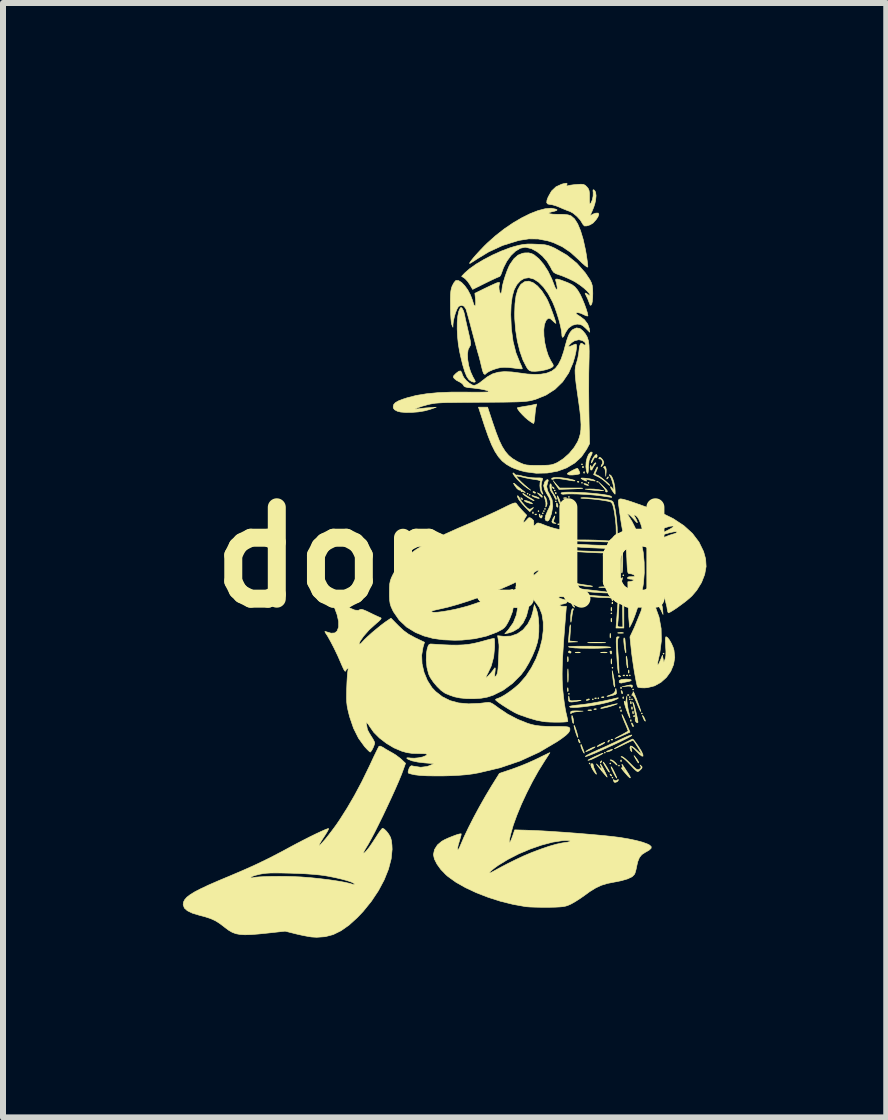
<source format=kicad_pcb>
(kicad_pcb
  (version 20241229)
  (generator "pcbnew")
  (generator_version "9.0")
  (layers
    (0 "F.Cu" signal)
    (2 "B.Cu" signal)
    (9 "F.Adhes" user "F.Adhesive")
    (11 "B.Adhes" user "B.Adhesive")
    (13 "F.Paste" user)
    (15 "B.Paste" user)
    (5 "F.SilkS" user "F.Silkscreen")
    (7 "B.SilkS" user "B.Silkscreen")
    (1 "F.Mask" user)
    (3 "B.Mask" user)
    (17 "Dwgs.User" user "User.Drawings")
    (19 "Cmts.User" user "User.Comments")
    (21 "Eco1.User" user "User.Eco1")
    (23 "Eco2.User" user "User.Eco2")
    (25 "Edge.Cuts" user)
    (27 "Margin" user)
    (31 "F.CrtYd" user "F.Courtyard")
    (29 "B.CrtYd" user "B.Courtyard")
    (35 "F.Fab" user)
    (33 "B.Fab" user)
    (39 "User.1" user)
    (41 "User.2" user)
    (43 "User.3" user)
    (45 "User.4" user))
  (footprint "donald"
    (layer "F.Cu")
    (at 4.396 6.244)
    (property "Reference" "donald" (at 0 0 0) (layer "F.SilkS") (effects (font (size 1.524 1.524) (thickness 0.3))))
    (attr through_hole)
    (fp_poly (pts (xy 1.361 -1.061) (xy 1.352 -1.052) (xy 1.343 -1.061) (xy 1.352 -1.07) (xy 1.361 -1.061)) (stroke (width 0.01) (type solid)) (fill yes) (layer "F.SilkS"))
    (fp_poly (pts (xy 1.397 -1.043) (xy 1.388 -1.034) (xy 1.379 -1.043) (xy 1.388 -1.052) (xy 1.397 -1.043)) (stroke (width 0.01) (type solid)) (fill yes) (layer "F.SilkS"))
    (fp_poly (pts (xy 1.542 -0.771) (xy 1.533 -0.762) (xy 1.524 -0.771) (xy 1.533 -0.78) (xy 1.542 -0.771)) (stroke (width 0.01) (type solid)) (fill yes) (layer "F.SilkS"))
    (fp_poly (pts (xy 1.615 -0.735) (xy 1.606 -0.726) (xy 1.597 -0.735) (xy 1.606 -0.744) (xy 1.615 -0.735)) (stroke (width 0.01) (type solid)) (fill yes) (layer "F.SilkS"))
    (fp_poly (pts (xy 1.633 -0.771) (xy 1.624 -0.762) (xy 1.615 -0.771) (xy 1.624 -0.78) (xy 1.633 -0.771)) (stroke (width 0.01) (type solid)) (fill yes) (layer "F.SilkS"))
    (fp_poly (pts (xy 1.651 -0.807) (xy 1.642 -0.798) (xy 1.633 -0.807) (xy 1.642 -0.816) (xy 1.651 -0.807)) (stroke (width 0.01) (type solid)) (fill yes) (layer "F.SilkS"))
    (fp_poly (pts (xy 1.814 -1.116) (xy 1.805 -1.107) (xy 1.796 -1.116) (xy 1.805 -1.125) (xy 1.814 -1.116)) (stroke (width 0.01) (type solid)) (fill yes) (layer "F.SilkS"))
    (fp_poly (pts (xy 1.832 -0.934) (xy 1.823 -0.925) (xy 1.814 -0.934) (xy 1.823 -0.943) (xy 1.832 -0.934)) (stroke (width 0.01) (type solid)) (fill yes) (layer "F.SilkS"))
    (fp_poly (pts (xy 1.978 -0.953) (xy 1.968 -0.943) (xy 1.959 -0.953) (xy 1.968 -0.962) (xy 1.978 -0.953)) (stroke (width 0.01) (type solid)) (fill yes) (layer "F.SilkS"))
    (fp_poly (pts (xy 2.05 -1.007) (xy 2.041 -0.998) (xy 2.032 -1.007) (xy 2.041 -1.016) (xy 2.05 -1.007)) (stroke (width 0.01) (type solid)) (fill yes) (layer "F.SilkS"))
    (fp_poly (pts (xy 2.05 2.277) (xy 2.041 2.286) (xy 2.032 2.277) (xy 2.041 2.268) (xy 2.05 2.277)) (stroke (width 0.01) (type solid)) (fill yes) (layer "F.SilkS"))
    (fp_poly (pts (xy 2.159 0.717) (xy 2.15 0.726) (xy 2.141 0.717) (xy 2.15 0.708) (xy 2.159 0.717)) (stroke (width 0.01) (type solid)) (fill yes) (layer "F.SilkS"))
    (fp_poly (pts (xy 2.268 -1.551) (xy 2.259 -1.542) (xy 2.25 -1.551) (xy 2.259 -1.56) (xy 2.268 -1.551)) (stroke (width 0.01) (type solid)) (fill yes) (layer "F.SilkS"))
    (fp_poly (pts (xy 2.268 -1.243) (xy 2.259 -1.234) (xy 2.25 -1.243) (xy 2.259 -1.252) (xy 2.268 -1.243)) (stroke (width 0.01) (type solid)) (fill yes) (layer "F.SilkS"))
    (fp_poly (pts (xy 2.377 -1.243) (xy 2.368 -1.234) (xy 2.359 -1.243) (xy 2.368 -1.252) (xy 2.377 -1.243)) (stroke (width 0.01) (type solid)) (fill yes) (layer "F.SilkS"))
    (fp_poly (pts (xy 2.395 3.438) (xy 2.386 3.447) (xy 2.377 3.438) (xy 2.386 3.429) (xy 2.395 3.438)) (stroke (width 0.01) (type solid)) (fill yes) (layer "F.SilkS"))
    (fp_poly (pts (xy 2.449 2.368) (xy 2.44 2.377) (xy 2.431 2.368) (xy 2.44 2.359) (xy 2.449 2.368)) (stroke (width 0.01) (type solid)) (fill yes) (layer "F.SilkS"))
    (fp_poly (pts (xy 2.522 -1.261) (xy 2.513 -1.252) (xy 2.504 -1.261) (xy 2.513 -1.27) (xy 2.522 -1.261)) (stroke (width 0.01) (type solid)) (fill yes) (layer "F.SilkS"))
    (fp_poly (pts (xy 2.54 2.349) (xy 2.531 2.359) (xy 2.522 2.349) (xy 2.531 2.34) (xy 2.54 2.349)) (stroke (width 0.01) (type solid)) (fill yes) (layer "F.SilkS"))
    (fp_poly (pts (xy 2.649 3.257) (xy 2.64 3.266) (xy 2.631 3.257) (xy 2.64 3.248) (xy 2.649 3.257)) (stroke (width 0.01) (type solid)) (fill yes) (layer "F.SilkS"))
    (fp_poly (pts (xy 2.74 3.438) (xy 2.731 3.447) (xy 2.721 3.438) (xy 2.731 3.429) (xy 2.74 3.438)) (stroke (width 0.01) (type solid)) (fill yes) (layer "F.SilkS"))
    (fp_poly (pts (xy 2.758 0.934) (xy 2.749 0.943) (xy 2.74 0.934) (xy 2.749 0.925) (xy 2.758 0.934)) (stroke (width 0.01) (type solid)) (fill yes) (layer "F.SilkS"))
    (fp_poly (pts (xy 2.776 1.841) (xy 2.767 1.851) (xy 2.758 1.841) (xy 2.767 1.832) (xy 2.776 1.841)) (stroke (width 0.01) (type solid)) (fill yes) (layer "F.SilkS"))
    (fp_poly (pts (xy 2.776 3.674) (xy 2.767 3.683) (xy 2.758 3.674) (xy 2.767 3.665) (xy 2.776 3.674)) (stroke (width 0.01) (type solid)) (fill yes) (layer "F.SilkS"))
    (fp_poly (pts (xy 2.885 3.474) (xy 2.876 3.483) (xy 2.867 3.474) (xy 2.876 3.465) (xy 2.885 3.474)) (stroke (width 0.01) (type solid)) (fill yes) (layer "F.SilkS"))
    (fp_poly (pts (xy 2.957 0.299) (xy 2.948 0.308) (xy 2.939 0.299) (xy 2.948 0.29) (xy 2.957 0.299)) (stroke (width 0.01) (type solid)) (fill yes) (layer "F.SilkS"))
    (fp_poly (pts (xy 3.066 1.968) (xy 3.057 1.978) (xy 3.048 1.968) (xy 3.057 1.959) (xy 3.066 1.968)) (stroke (width 0.01) (type solid)) (fill yes) (layer "F.SilkS"))
    (fp_poly (pts (xy 3.066 2.331) (xy 3.057 2.34) (xy 3.048 2.331) (xy 3.057 2.322) (xy 3.066 2.331)) (stroke (width 0.01) (type solid)) (fill yes) (layer "F.SilkS"))
    (fp_poly (pts (xy 3.066 2.368) (xy 3.057 2.377) (xy 3.048 2.368) (xy 3.057 2.359) (xy 3.066 2.368)) (stroke (width 0.01) (type solid)) (fill yes) (layer "F.SilkS"))
    (fp_poly (pts (xy 3.102 2.368) (xy 3.093 2.377) (xy 3.084 2.368) (xy 3.093 2.359) (xy 3.102 2.368)) (stroke (width 0.01) (type solid)) (fill yes) (layer "F.SilkS"))
    (fp_poly (pts (xy 3.121 2.204) (xy 3.111 2.213) (xy 3.102 2.204) (xy 3.111 2.195) (xy 3.121 2.204)) (stroke (width 0.01) (type solid)) (fill yes) (layer "F.SilkS"))
    (fp_poly (pts (xy 3.266 2.603) (xy 3.257 2.613) (xy 3.248 2.603) (xy 3.257 2.594) (xy 3.266 2.603)) (stroke (width 0.01) (type solid)) (fill yes) (layer "F.SilkS"))
    (fp_poly (pts (xy 3.629 1.606) (xy 3.619 1.615) (xy 3.61 1.606) (xy 3.619 1.597) (xy 3.629 1.606)) (stroke (width 0.01) (type solid)) (fill yes) (layer "F.SilkS"))
    (fp_poly (pts (xy 1.445 -0.756) (xy 1.448 -0.734) (xy 1.445 -0.732) (xy 1.435 -0.734) (xy 1.433 -0.744) (xy 1.44 -0.759) (xy 1.445 -0.756)) (stroke (width 0.01) (type solid)) (fill yes) (layer "F.SilkS"))
    (fp_poly (pts (xy 1.5 -0.72) (xy 1.497 -0.709) (xy 1.488 -0.708) (xy 1.473 -0.714) (xy 1.476 -0.72) (xy 1.497 -0.722) (xy 1.5 -0.72)) (stroke (width 0.01) (type solid)) (fill yes) (layer "F.SilkS"))
    (fp_poly (pts (xy 1.826 -1.083) (xy 1.829 -1.061) (xy 1.826 -1.058) (xy 1.816 -1.061) (xy 1.814 -1.07) (xy 1.821 -1.085) (xy 1.826 -1.083)) (stroke (width 0.01) (type solid)) (fill yes) (layer "F.SilkS"))
    (fp_poly (pts (xy 1.826 -0.756) (xy 1.829 -0.734) (xy 1.826 -0.732) (xy 1.816 -0.734) (xy 1.814 -0.744) (xy 1.821 -0.759) (xy 1.826 -0.756)) (stroke (width 0.01) (type solid)) (fill yes) (layer "F.SilkS"))
    (fp_poly (pts (xy 1.881 -0.556) (xy 1.878 -0.546) (xy 1.869 -0.544) (xy 1.854 -0.551) (xy 1.857 -0.556) (xy 1.878 -0.559) (xy 1.881 -0.556)) (stroke (width 0.01) (type solid)) (fill yes) (layer "F.SilkS"))
    (fp_poly (pts (xy 1.954 -0.729) (xy 1.956 -0.701) (xy 1.952 -0.694) (xy 1.944 -0.7) (xy 1.943 -0.718) (xy 1.947 -0.738) (xy 1.954 -0.729)) (stroke (width 0.01) (type solid)) (fill yes) (layer "F.SilkS"))
    (fp_poly (pts (xy 2 -0.992) (xy 2.003 -0.985) (xy 1.978 -0.983) (xy 1.952 -0.985) (xy 1.955 -0.992) (xy 1.992 -0.994) (xy 2 -0.992)) (stroke (width 0.01) (type solid)) (fill yes) (layer "F.SilkS"))
    (fp_poly (pts (xy 2.044 -0.765) (xy 2.047 -0.737) (xy 2.043 -0.731) (xy 2.035 -0.736) (xy 2.033 -0.754) (xy 2.038 -0.774) (xy 2.044 -0.765)) (stroke (width 0.01) (type solid)) (fill yes) (layer "F.SilkS"))
    (fp_poly (pts (xy 2.063 -0.693) (xy 2.065 -0.664) (xy 2.061 -0.658) (xy 2.053 -0.663) (xy 2.052 -0.682) (xy 2.056 -0.701) (xy 2.063 -0.693)) (stroke (width 0.01) (type solid)) (fill yes) (layer "F.SilkS"))
    (fp_poly (pts (xy 2.207 -1.264) (xy 2.205 -1.253) (xy 2.195 -1.252) (xy 2.18 -1.258) (xy 2.183 -1.264) (xy 2.205 -1.266) (xy 2.207 -1.264)) (stroke (width 0.01) (type solid)) (fill yes) (layer "F.SilkS"))
    (fp_poly (pts (xy 2.28 -1.518) (xy 2.282 -1.496) (xy 2.28 -1.494) (xy 2.269 -1.496) (xy 2.268 -1.506) (xy 2.274 -1.521) (xy 2.28 -1.518)) (stroke (width 0.01) (type solid)) (fill yes) (layer "F.SilkS"))
    (fp_poly (pts (xy 2.298 -1.427) (xy 2.3 -1.406) (xy 2.298 -1.403) (xy 2.287 -1.406) (xy 2.286 -1.415) (xy 2.293 -1.43) (xy 2.298 -1.427)) (stroke (width 0.01) (type solid)) (fill yes) (layer "F.SilkS"))
    (fp_poly (pts (xy 2.498 2.346) (xy 2.495 2.357) (xy 2.486 2.359) (xy 2.471 2.352) (xy 2.473 2.346) (xy 2.495 2.344) (xy 2.498 2.346)) (stroke (width 0.01) (type solid)) (fill yes) (layer "F.SilkS"))
    (fp_poly (pts (xy 2.499 2.529) (xy 2.493 2.537) (xy 2.475 2.539) (xy 2.456 2.534) (xy 2.464 2.528) (xy 2.492 2.525) (xy 2.499 2.529)) (stroke (width 0.01) (type solid)) (fill yes) (layer "F.SilkS"))
    (fp_poly (pts (xy 2.626 2.329) (xy 2.62 2.338) (xy 2.602 2.339) (xy 2.583 2.335) (xy 2.591 2.328) (xy 2.619 2.326) (xy 2.626 2.329)) (stroke (width 0.01) (type solid)) (fill yes) (layer "F.SilkS"))
    (fp_poly (pts (xy 2.77 0.75) (xy 2.772 0.771) (xy 2.77 0.774) (xy 2.759 0.772) (xy 2.758 0.762) (xy 2.764 0.747) (xy 2.77 0.75)) (stroke (width 0.01) (type solid)) (fill yes) (layer "F.SilkS"))
    (fp_poly (pts (xy 2.77 3.036) (xy 2.767 3.047) (xy 2.758 3.048) (xy 2.743 3.041) (xy 2.746 3.036) (xy 2.767 3.034) (xy 2.77 3.036)) (stroke (width 0.01) (type solid)) (fill yes) (layer "F.SilkS"))
    (fp_poly (pts (xy 2.897 2.492) (xy 2.899 2.513) (xy 2.897 2.516) (xy 2.886 2.513) (xy 2.885 2.504) (xy 2.891 2.489) (xy 2.897 2.492)) (stroke (width 0.01) (type solid)) (fill yes) (layer "F.SilkS"))
    (fp_poly (pts (xy 2.915 2.165) (xy 2.917 2.187) (xy 2.915 2.189) (xy 2.904 2.187) (xy 2.903 2.177) (xy 2.909 2.162) (xy 2.915 2.165)) (stroke (width 0.01) (type solid)) (fill yes) (layer "F.SilkS"))
    (fp_poly (pts (xy 2.915 2.546) (xy 2.917 2.568) (xy 2.915 2.57) (xy 2.904 2.568) (xy 2.903 2.558) (xy 2.909 2.543) (xy 2.915 2.546)) (stroke (width 0.01) (type solid)) (fill yes) (layer "F.SilkS"))
    (fp_poly (pts (xy 2.915 3.381) (xy 2.917 3.402) (xy 2.915 3.405) (xy 2.904 3.402) (xy 2.903 3.393) (xy 2.909 3.378) (xy 2.915 3.381)) (stroke (width 0.01) (type solid)) (fill yes) (layer "F.SilkS"))
    (fp_poly (pts (xy 2.951 2.328) (xy 2.953 2.35) (xy 2.951 2.353) (xy 2.94 2.35) (xy 2.939 2.34) (xy 2.946 2.325) (xy 2.951 2.328)) (stroke (width 0.01) (type solid)) (fill yes) (layer "F.SilkS"))
    (fp_poly (pts (xy 2.969 1.965) (xy 2.967 1.976) (xy 2.957 1.978) (xy 2.942 1.971) (xy 2.945 1.965) (xy 2.967 1.963) (xy 2.969 1.965)) (stroke (width 0.01) (type solid)) (fill yes) (layer "F.SilkS"))
    (fp_poly (pts (xy 3.024 1.965) (xy 3.021 1.976) (xy 3.012 1.978) (xy 2.997 1.971) (xy 3 1.965) (xy 3.021 1.963) (xy 3.024 1.965)) (stroke (width 0.01) (type solid)) (fill yes) (layer "F.SilkS"))
    (fp_poly (pts (xy 3.042 1.882) (xy 3.044 1.919) (xy 3.042 1.928) (xy 3.035 1.93) (xy 3.033 1.905) (xy 3.036 1.879) (xy 3.042 1.882)) (stroke (width 0.01) (type solid)) (fill yes) (layer "F.SilkS"))
    (fp_poly (pts (xy 3.042 2.292) (xy 3.039 2.303) (xy 3.03 2.304) (xy 3.015 2.298) (xy 3.018 2.292) (xy 3.039 2.29) (xy 3.042 2.292)) (stroke (width 0.01) (type solid)) (fill yes) (layer "F.SilkS"))
    (fp_poly (pts (xy 3.078 2.709) (xy 3.08 2.731) (xy 3.078 2.734) (xy 3.067 2.731) (xy 3.066 2.721) (xy 3.073 2.706) (xy 3.078 2.709)) (stroke (width 0.01) (type solid)) (fill yes) (layer "F.SilkS"))
    (fp_poly (pts (xy 3.079 2.41) (xy 3.081 2.438) (xy 3.077 2.444) (xy 3.069 2.439) (xy 3.068 2.421) (xy 3.072 2.401) (xy 3.079 2.41)) (stroke (width 0.01) (type solid)) (fill yes) (layer "F.SilkS"))
    (fp_poly (pts (xy 3.097 2.5) (xy 3.099 2.529) (xy 3.095 2.535) (xy 3.087 2.53) (xy 3.086 2.511) (xy 3.09 2.492) (xy 3.097 2.5)) (stroke (width 0.01) (type solid)) (fill yes) (layer "F.SilkS"))
    (fp_poly (pts (xy 3.115 2.573) (xy 3.117 2.601) (xy 3.113 2.608) (xy 3.105 2.602) (xy 3.104 2.584) (xy 3.108 2.564) (xy 3.115 2.573)) (stroke (width 0.01) (type solid)) (fill yes) (layer "F.SilkS"))
    (fp_poly (pts (xy 3.133 2.637) (xy 3.135 2.658) (xy 3.133 2.661) (xy 3.122 2.658) (xy 3.121 2.649) (xy 3.127 2.634) (xy 3.133 2.637)) (stroke (width 0.01) (type solid)) (fill yes) (layer "F.SilkS"))
    (fp_poly (pts (xy 1.249 -0.991) (xy 1.269 -0.972) (xy 1.265 -0.962) (xy 1.262 -0.962) (xy 1.247 -0.974) (xy 1.241 -0.983) (xy 1.239 -0.995) (xy 1.249 -0.991)) (stroke (width 0.01) (type solid)) (fill yes) (layer "F.SilkS"))
    (fp_poly (pts (xy 1.46 -1.095) (xy 1.485 -1.081) (xy 1.481 -1.071) (xy 1.471 -1.07) (xy 1.446 -1.084) (xy 1.442 -1.088) (xy 1.445 -1.099) (xy 1.46 -1.095)) (stroke (width 0.01) (type solid)) (fill yes) (layer "F.SilkS"))
    (fp_poly (pts (xy 1.775 -1.172) (xy 1.795 -1.154) (xy 1.791 -1.143) (xy 1.788 -1.143) (xy 1.773 -1.156) (xy 1.767 -1.164) (xy 1.765 -1.176) (xy 1.775 -1.172)) (stroke (width 0.01) (type solid)) (fill yes) (layer "F.SilkS"))
    (fp_poly (pts (xy 2.216 3.054) (xy 2.228 3.084) (xy 2.226 3.096) (xy 2.214 3.089) (xy 2.207 3.075) (xy 2.196 3.04) (xy 2.201 3.033) (xy 2.216 3.054)) (stroke (width 0.01) (type solid)) (fill yes) (layer "F.SilkS"))
    (fp_poly (pts (xy 2.379 2.362) (xy 2.383 2.372) (xy 2.36 2.382) (xy 2.332 2.386) (xy 2.335 2.375) (xy 2.336 2.374) (xy 2.368 2.361) (xy 2.379 2.362)) (stroke (width 0.01) (type solid)) (fill yes) (layer "F.SilkS"))
    (fp_poly (pts (xy 2.737 3.618) (xy 2.756 3.636) (xy 2.752 3.647) (xy 2.75 3.647) (xy 2.734 3.634) (xy 2.729 3.626) (xy 2.727 3.613) (xy 2.737 3.618)) (stroke (width 0.01) (type solid)) (fill yes) (layer "F.SilkS"))
    (fp_poly (pts (xy 2.756 1.582) (xy 2.754 1.599) (xy 2.744 1.613) (xy 2.732 1.599) (xy 2.725 1.572) (xy 2.729 1.565) (xy 2.747 1.562) (xy 2.756 1.582)) (stroke (width 0.01) (type solid)) (fill yes) (layer "F.SilkS"))
    (fp_poly (pts (xy 2.923 2.227) (xy 2.924 2.227) (xy 2.937 2.259) (xy 2.935 2.27) (xy 2.926 2.275) (xy 2.916 2.251) (xy 2.912 2.223) (xy 2.923 2.227)) (stroke (width 0.01) (type solid)) (fill yes) (layer "F.SilkS"))
    (fp_poly (pts (xy 3.105 2.782) (xy 3.117 2.812) (xy 3.115 2.823) (xy 3.103 2.817) (xy 3.096 2.802) (xy 3.085 2.768) (xy 3.09 2.761) (xy 3.105 2.782)) (stroke (width 0.01) (type solid)) (fill yes) (layer "F.SilkS"))
    (fp_poly (pts (xy 1.556 -1.054) (xy 1.587 -1.032) (xy 1.597 -1.015) (xy 1.594 -1.001) (xy 1.583 -1.006) (xy 1.555 -1.033) (xy 1.551 -1.038) (xy 1.515 -1.075) (xy 1.556 -1.054)) (stroke (width 0.01) (type solid)) (fill yes) (layer "F.SilkS"))
    (fp_poly (pts (xy 1.849 -0.892) (xy 1.856 -0.871) (xy 1.857 -0.842) (xy 1.849 -0.835) (xy 1.836 -0.85) (xy 1.832 -0.871) (xy 1.835 -0.9) (xy 1.839 -0.907) (xy 1.849 -0.892)) (stroke (width 0.01) (type solid)) (fill yes) (layer "F.SilkS"))
    (fp_poly (pts (xy 1.982 -0.538) (xy 1.983 -0.532) (xy 1.955 -0.53) (xy 1.95 -0.53) (xy 1.922 -0.532) (xy 1.925 -0.538) (xy 1.928 -0.539) (xy 1.968 -0.541) (xy 1.982 -0.538)) (stroke (width 0.01) (type solid)) (fill yes) (layer "F.SilkS"))
    (fp_poly (pts (xy 2.026 2.179) (xy 2.026 2.182) (xy 2.029 2.222) (xy 2.026 2.236) (xy 2.02 2.237) (xy 2.017 2.209) (xy 2.017 2.204) (xy 2.02 2.176) (xy 2.026 2.179)) (stroke (width 0.01) (type solid)) (fill yes) (layer "F.SilkS"))
    (fp_poly (pts (xy 2.027 1.665) (xy 2.03 1.712) (xy 2.026 1.737) (xy 2.021 1.742) (xy 2.019 1.716) (xy 2.018 1.696) (xy 2.02 1.661) (xy 2.024 1.656) (xy 2.027 1.665)) (stroke (width 0.01) (type solid)) (fill yes) (layer "F.SilkS"))
    (fp_poly (pts (xy 2.032 -0.916) (xy 2.041 -0.907) (xy 2.048 -0.893) (xy 2.038 -0.894) (xy 2.005 -0.907) (xy 1.982 -0.919) (xy 1.992 -0.924) (xy 1.999 -0.924) (xy 2.032 -0.916)) (stroke (width 0.01) (type solid)) (fill yes) (layer "F.SilkS"))
    (fp_poly (pts (xy 2.074 1.573) (xy 2.077 1.578) (xy 2.073 1.594) (xy 2.06 1.597) (xy 2.035 1.587) (xy 2.032 1.578) (xy 2.045 1.561) (xy 2.049 1.56) (xy 2.074 1.573)) (stroke (width 0.01) (type solid)) (fill yes) (layer "F.SilkS"))
    (fp_poly (pts (xy 2.227 1.584) (xy 2.231 1.589) (xy 2.205 1.592) (xy 2.186 1.592) (xy 2.151 1.59) (xy 2.146 1.586) (xy 2.155 1.584) (xy 2.202 1.581) (xy 2.227 1.584)) (stroke (width 0.01) (type solid)) (fill yes) (layer "F.SilkS"))
    (fp_poly (pts (xy 2.337 -1.221) (xy 2.349 -1.216) (xy 2.37 -1.203) (xy 2.359 -1.199) (xy 2.32 -1.208) (xy 2.304 -1.216) (xy 2.29 -1.229) (xy 2.303 -1.231) (xy 2.337 -1.221)) (stroke (width 0.01) (type solid)) (fill yes) (layer "F.SilkS"))
    (fp_poly (pts (xy 2.418 2.546) (xy 2.418 2.552) (xy 2.39 2.555) (xy 2.386 2.555) (xy 2.358 2.552) (xy 2.36 2.546) (xy 2.363 2.546) (xy 2.403 2.543) (xy 2.418 2.546)) (stroke (width 0.01) (type solid)) (fill yes) (layer "F.SilkS"))
    (fp_poly (pts (xy 2.589 3.404) (xy 2.585 3.411) (xy 2.568 3.428) (xy 2.565 3.429) (xy 2.564 3.417) (xy 2.567 3.411) (xy 2.584 3.394) (xy 2.587 3.393) (xy 2.589 3.404)) (stroke (width 0.01) (type solid)) (fill yes) (layer "F.SilkS"))
    (fp_poly (pts (xy 2.672 1.584) (xy 2.679 1.588) (xy 2.655 1.591) (xy 2.622 1.591) (xy 2.58 1.59) (xy 2.568 1.587) (xy 2.581 1.584) (xy 2.635 1.581) (xy 2.672 1.584)) (stroke (width 0.01) (type solid)) (fill yes) (layer "F.SilkS"))
    (fp_poly (pts (xy 2.698 -1.331) (xy 2.694 -1.324) (xy 2.677 -1.307) (xy 2.674 -1.306) (xy 2.673 -1.318) (xy 2.676 -1.324) (xy 2.693 -1.342) (xy 2.696 -1.343) (xy 2.698 -1.331)) (stroke (width 0.01) (type solid)) (fill yes) (layer "F.SilkS"))
    (fp_poly (pts (xy 2.716 3.06) (xy 2.712 3.066) (xy 2.695 3.083) (xy 2.692 3.084) (xy 2.691 3.073) (xy 2.694 3.066) (xy 2.711 3.049) (xy 2.714 3.048) (xy 2.716 3.06)) (stroke (width 0.01) (type solid)) (fill yes) (layer "F.SilkS"))
    (fp_poly (pts (xy 2.734 1.275) (xy 2.737 1.321) (xy 2.734 1.338) (xy 2.729 1.344) (xy 2.726 1.319) (xy 2.726 1.306) (xy 2.728 1.273) (xy 2.732 1.269) (xy 2.734 1.275)) (stroke (width 0.01) (type solid)) (fill yes) (layer "F.SilkS"))
    (fp_poly (pts (xy 2.751 0.836) (xy 2.752 0.839) (xy 2.755 0.879) (xy 2.751 0.894) (xy 2.746 0.894) (xy 2.743 0.866) (xy 2.743 0.862) (xy 2.746 0.834) (xy 2.751 0.836)) (stroke (width 0.01) (type solid)) (fill yes) (layer "F.SilkS"))
    (fp_poly (pts (xy 2.751 1.018) (xy 2.752 1.021) (xy 2.755 1.06) (xy 2.751 1.075) (xy 2.746 1.076) (xy 2.743 1.048) (xy 2.743 1.043) (xy 2.746 1.015) (xy 2.751 1.018)) (stroke (width 0.01) (type solid)) (fill yes) (layer "F.SilkS"))
    (fp_poly (pts (xy 2.752 1.701) (xy 2.755 1.748) (xy 2.752 1.774) (xy 2.747 1.778) (xy 2.744 1.752) (xy 2.744 1.733) (xy 2.746 1.698) (xy 2.75 1.692) (xy 2.752 1.701)) (stroke (width 0.01) (type solid)) (fill yes) (layer "F.SilkS"))
    (fp_poly (pts (xy 2.885 1.968) (xy 2.902 1.985) (xy 2.903 1.988) (xy 2.889 1.996) (xy 2.885 1.996) (xy 2.867 1.982) (xy 2.867 1.977) (xy 2.878 1.966) (xy 2.885 1.968)) (stroke (width 0.01) (type solid)) (fill yes) (layer "F.SilkS"))
    (fp_poly (pts (xy 2.944 1.257) (xy 2.952 1.262) (xy 2.929 1.265) (xy 2.903 1.265) (xy 2.864 1.264) (xy 2.853 1.26) (xy 2.862 1.257) (xy 2.915 1.254) (xy 2.944 1.257)) (stroke (width 0.01) (type solid)) (fill yes) (layer "F.SilkS"))
    (fp_poly (pts (xy 2.944 0.46) (xy 2.945 0.466) (xy 2.916 0.468) (xy 2.912 0.468) (xy 2.884 0.466) (xy 2.886 0.46) (xy 2.89 0.459) (xy 2.929 0.456) (xy 2.944 0.46)) (stroke (width 0.01) (type solid)) (fill yes) (layer "F.SilkS"))
    (fp_poly (pts (xy 1.981 -0.632) (xy 1.981 -0.63) (xy 1.986 -0.592) (xy 1.98 -0.582) (xy 1.967 -0.604) (xy 1.966 -0.607) (xy 1.962 -0.645) (xy 1.964 -0.657) (xy 1.972 -0.659) (xy 1.981 -0.632)) (stroke (width 0.01) (type solid)) (fill yes) (layer "F.SilkS"))
    (fp_poly (pts (xy 2.663 0.495) (xy 2.673 0.499) (xy 2.651 0.501) (xy 2.603 0.502) (xy 2.557 0.501) (xy 2.539 0.499) (xy 2.553 0.495) (xy 2.554 0.495) (xy 2.613 0.492) (xy 2.663 0.495)) (stroke (width 0.01) (type solid)) (fill yes) (layer "F.SilkS"))
    (fp_poly (pts (xy 3.28 2.648) (xy 3.295 2.673) (xy 3.312 2.711) (xy 3.316 2.732) (xy 3.315 2.732) (xy 3.304 2.724) (xy 3.287 2.693) (xy 3.27 2.651) (xy 3.268 2.635) (xy 3.28 2.648)) (stroke (width 0.01) (type solid)) (fill yes) (layer "F.SilkS"))
    (fp_poly (pts (xy 1.936 -0.82) (xy 1.941 -0.798) (xy 1.937 -0.769) (xy 1.932 -0.762) (xy 1.924 -0.777) (xy 1.923 -0.788) (xy 1.909 -0.817) (xy 1.9 -0.823) (xy 1.894 -0.831) (xy 1.91 -0.833) (xy 1.936 -0.82)) (stroke (width 0.01) (type solid)) (fill yes) (layer "F.SilkS"))
    (fp_poly (pts (xy 2.466 -1.137) (xy 2.537 -1.128) (xy 2.549 -1.126) (xy 2.622 -1.111) (xy 2.558 -1.112) (xy 2.501 -1.115) (xy 2.43 -1.122) (xy 2.404 -1.125) (xy 2.313 -1.137) (xy 2.395 -1.139) (xy 2.466 -1.137)) (stroke (width 0.01) (type solid)) (fill yes) (layer "F.SilkS"))
    (fp_poly (pts (xy 2.769 3.206) (xy 2.766 3.209) (xy 2.741 3.225) (xy 2.706 3.238) (xy 2.676 3.245) (xy 2.667 3.241) (xy 2.682 3.23) (xy 2.719 3.215) (xy 2.726 3.213) (xy 2.759 3.203) (xy 2.769 3.206)) (stroke (width 0.01) (type solid)) (fill yes) (layer "F.SilkS"))
    (fp_poly (pts (xy 2.933 0.358) (xy 2.923 0.389) (xy 2.903 0.399) (xy 2.887 0.386) (xy 2.885 0.371) (xy 2.893 0.352) (xy 2.901 0.353) (xy 2.921 0.349) (xy 2.927 0.34) (xy 2.933 0.337) (xy 2.933 0.358)) (stroke (width 0.01) (type solid)) (fill yes) (layer "F.SilkS"))
    (fp_poly (pts (xy 1.448 -1.026) (xy 1.494 -1.012) (xy 1.506 -1.007) (xy 1.539 -0.992) (xy 1.547 -0.983) (xy 1.542 -0.982) (xy 1.507 -0.989) (xy 1.461 -1.006) (xy 1.46 -1.006) (xy 1.427 -1.024) (xy 1.425 -1.031) (xy 1.448 -1.026)) (stroke (width 0.01) (type solid)) (fill yes) (layer "F.SilkS"))
    (fp_poly (pts (xy 1.865 -1.004) (xy 1.882 -0.964) (xy 1.897 -0.921) (xy 1.903 -0.888) (xy 1.901 -0.879) (xy 1.892 -0.89) (xy 1.875 -0.926) (xy 1.864 -0.954) (xy 1.85 -0.999) (xy 1.846 -1.024) (xy 1.85 -1.026) (xy 1.865 -1.004)) (stroke (width 0.01) (type solid)) (fill yes) (layer "F.SilkS"))
    (fp_poly (pts (xy 2.027 1.883) (xy 2.03 1.959) (xy 2.029 2.038) (xy 2.027 2.064) (xy 2.024 2.083) (xy 2.022 2.07) (xy 2.021 2.026) (xy 2.02 1.968) (xy 2.021 1.904) (xy 2.023 1.867) (xy 2.025 1.861) (xy 2.027 1.883)) (stroke (width 0.01) (type solid)) (fill yes) (layer "F.SilkS"))
    (fp_poly (pts (xy 2.081 -0.883) (xy 2.078 -0.863) (xy 2.055 -0.835) (xy 2.026 -0.813) (xy 2.012 -0.817) (xy 2.007 -0.826) (xy 2.011 -0.848) (xy 2.033 -0.853) (xy 2.062 -0.862) (xy 2.068 -0.874) (xy 2.076 -0.886) (xy 2.081 -0.883)) (stroke (width 0.01) (type solid)) (fill yes) (layer "F.SilkS"))
    (fp_poly (pts (xy 2.114 0.739) (xy 2.111 0.753) (xy 2.113 0.789) (xy 2.123 0.808) (xy 2.138 0.831) (xy 2.129 0.831) (xy 2.108 0.813) (xy 2.091 0.782) (xy 2.087 0.749) (xy 2.097 0.727) (xy 2.104 0.726) (xy 2.114 0.739)) (stroke (width 0.01) (type solid)) (fill yes) (layer "F.SilkS"))
    (fp_poly (pts (xy 2.173 2.561) (xy 2.277 2.565) (xy 2.187 2.572) (xy 2.132 2.58) (xy 2.092 2.592) (xy 2.083 2.6) (xy 2.071 2.607) (xy 2.069 2.59) (xy 2.074 2.572) (xy 2.095 2.563) (xy 2.14 2.561) (xy 2.173 2.561)) (stroke (width 0.01) (type solid)) (fill yes) (layer "F.SilkS"))
    (fp_poly (pts (xy 2.608 -1.189) (xy 2.659 -1.138) (xy 2.682 -1.106) (xy 2.678 -1.091) (xy 2.664 -1.089) (xy 2.652 -1.096) (xy 2.655 -1.101) (xy 2.651 -1.12) (xy 2.627 -1.156) (xy 2.599 -1.187) (xy 2.531 -1.261) (xy 2.608 -1.189)) (stroke (width 0.01) (type solid)) (fill yes) (layer "F.SilkS"))
    (fp_poly (pts (xy 2.655 -1.503) (xy 2.663 -1.465) (xy 2.662 -1.422) (xy 2.655 -1.352) (xy 2.652 -1.42) (xy 2.645 -1.463) (xy 2.633 -1.487) (xy 2.63 -1.488) (xy 2.619 -1.499) (xy 2.623 -1.507) (xy 2.64 -1.52) (xy 2.655 -1.503)) (stroke (width 0.01) (type solid)) (fill yes) (layer "F.SilkS"))
    (fp_poly (pts (xy 3.096 2.131) (xy 3.1 2.151) (xy 3.097 2.162) (xy 3.088 2.176) (xy 3.086 2.163) (xy 3.071 2.149) (xy 3.028 2.147) (xy 3.007 2.149) (xy 2.93 2.158) (xy 3.009 2.139) (xy 3.067 2.128) (xy 3.096 2.131)) (stroke (width 0.01) (type solid)) (fill yes) (layer "F.SilkS"))
    (fp_poly (pts (xy 3.147 3.329) (xy 3.177 3.369) (xy 3.199 3.405) (xy 3.206 3.427) (xy 3.204 3.429) (xy 3.188 3.416) (xy 3.182 3.406) (xy 3.163 3.374) (xy 3.143 3.338) (xy 3.126 3.308) (xy 3.128 3.307) (xy 3.147 3.329)) (stroke (width 0.01) (type solid)) (fill yes) (layer "F.SilkS"))
    (fp_poly (pts (xy 1.333 -0.944) (xy 1.371 -0.932) (xy 1.406 -0.916) (xy 1.423 -0.905) (xy 1.434 -0.894) (xy 1.429 -0.892) (xy 1.401 -0.899) (xy 1.366 -0.909) (xy 1.323 -0.925) (xy 1.298 -0.942) (xy 1.297 -0.943) (xy 1.304 -0.949) (xy 1.333 -0.944)) (stroke (width 0.01) (type solid)) (fill yes) (layer "F.SilkS"))
    (fp_poly (pts (xy 2.1 2.648) (xy 2.11 2.683) (xy 2.113 2.695) (xy 2.119 2.741) (xy 2.117 2.768) (xy 2.116 2.77) (xy 2.107 2.761) (xy 2.097 2.726) (xy 2.094 2.713) (xy 2.089 2.668) (xy 2.09 2.64) (xy 2.091 2.638) (xy 2.1 2.648)) (stroke (width 0.01) (type solid)) (fill yes) (layer "F.SilkS"))
    (fp_poly (pts (xy 2.136 2.813) (xy 2.151 2.851) (xy 2.166 2.896) (xy 2.182 2.951) (xy 2.191 2.991) (xy 2.191 3.004) (xy 2.182 2.992) (xy 2.167 2.955) (xy 2.152 2.91) (xy 2.136 2.855) (xy 2.127 2.815) (xy 2.127 2.802) (xy 2.136 2.813)) (stroke (width 0.01) (type solid)) (fill yes) (layer "F.SilkS"))
    (fp_poly (pts (xy 2.478 3.161) (xy 2.467 3.172) (xy 2.432 3.193) (xy 2.404 3.208) (xy 2.357 3.229) (xy 2.328 3.239) (xy 2.322 3.239) (xy 2.337 3.226) (xy 2.372 3.205) (xy 2.415 3.183) (xy 2.454 3.166) (xy 2.477 3.161) (xy 2.478 3.161)) (stroke (width 0.01) (type solid)) (fill yes) (layer "F.SilkS"))
    (fp_poly (pts (xy 2.622 3.421) (xy 2.644 3.452) (xy 2.669 3.49) (xy 2.697 3.538) (xy 2.715 3.573) (xy 2.717 3.584) (xy 2.705 3.574) (xy 2.681 3.54) (xy 2.662 3.509) (xy 2.634 3.461) (xy 2.616 3.425) (xy 2.613 3.415) (xy 2.622 3.421)) (stroke (width 0.01) (type solid)) (fill yes) (layer "F.SilkS"))
    (fp_poly (pts (xy 2.637 3.093) (xy 2.61 3.112) (xy 2.594 3.121) (xy 2.55 3.143) (xy 2.517 3.155) (xy 2.513 3.155) (xy 2.515 3.148) (xy 2.543 3.129) (xy 2.558 3.121) (xy 2.603 3.098) (xy 2.635 3.086) (xy 2.64 3.086) (xy 2.637 3.093)) (stroke (width 0.01) (type solid)) (fill yes) (layer "F.SilkS"))
    (fp_poly (pts (xy 2.755 3.502) (xy 2.776 3.538) (xy 2.799 3.584) (xy 2.823 3.636) (xy 2.838 3.671) (xy 2.839 3.683) (xy 2.827 3.668) (xy 2.805 3.63) (xy 2.784 3.59) (xy 2.76 3.539) (xy 2.746 3.503) (xy 2.744 3.491) (xy 2.755 3.502)) (stroke (width 0.01) (type solid)) (fill yes) (layer "F.SilkS"))
    (fp_poly (pts (xy 2.867 3.714) (xy 2.852 3.737) (xy 2.838 3.745) (xy 2.808 3.754) (xy 2.794 3.745) (xy 2.786 3.726) (xy 2.782 3.706) (xy 2.799 3.716) (xy 2.799 3.716) (xy 2.828 3.727) (xy 2.845 3.715) (xy 2.863 3.704) (xy 2.867 3.714)) (stroke (width 0.01) (type solid)) (fill yes) (layer "F.SilkS"))
    (fp_poly (pts (xy 1.558 -0.715) (xy 1.561 -0.697) (xy 1.564 -0.674) (xy 1.575 -0.685) (xy 1.578 -0.689) (xy 1.592 -0.706) (xy 1.596 -0.689) (xy 1.596 -0.685) (xy 1.587 -0.657) (xy 1.566 -0.658) (xy 1.548 -0.681) (xy 1.545 -0.712) (xy 1.549 -0.72) (xy 1.558 -0.715)) (stroke (width 0.01) (type solid)) (fill yes) (layer "F.SilkS"))
    (fp_poly (pts (xy 1.632 -1.025) (xy 1.656 -0.994) (xy 1.672 -0.944) (xy 1.677 -0.892) (xy 1.669 -0.858) (xy 1.655 -0.839) (xy 1.654 -0.85) (xy 1.658 -0.869) (xy 1.657 -0.916) (xy 1.643 -0.97) (xy 1.642 -0.974) (xy 1.629 -1.011) (xy 1.629 -1.026) (xy 1.632 -1.025)) (stroke (width 0.01) (type solid)) (fill yes) (layer "F.SilkS"))
    (fp_poly (pts (xy 1.831 -1.217) (xy 1.886 -1.155) (xy 2.099 -1.156) (xy 2.192 -1.156) (xy 2.25 -1.155) (xy 2.272 -1.152) (xy 2.26 -1.149) (xy 2.214 -1.146) (xy 2.136 -1.142) (xy 2.058 -1.139) (xy 1.876 -1.133) (xy 1.826 -1.206) (xy 1.777 -1.279) (xy 1.831 -1.217)) (stroke (width 0.01) (type solid)) (fill yes) (layer "F.SilkS"))
    (fp_poly (pts (xy 2.117 0.864) (xy 2.114 0.871) (xy 2.105 0.897) (xy 2.096 0.948) (xy 2.088 1.002) (xy 2.08 1.059) (xy 2.075 1.082) (xy 2.072 1.072) (xy 2.071 1.041) (xy 2.072 0.97) (xy 2.08 0.909) (xy 2.093 0.867) (xy 2.108 0.853) (xy 2.117 0.864)) (stroke (width 0.01) (type solid)) (fill yes) (layer "F.SilkS"))
    (fp_poly (pts (xy 2.569 1.418) (xy 2.626 1.42) (xy 2.653 1.422) (xy 2.647 1.424) (xy 2.61 1.425) (xy 2.546 1.426) (xy 2.504 1.426) (xy 2.426 1.426) (xy 2.375 1.425) (xy 2.353 1.423) (xy 2.363 1.421) (xy 2.381 1.42) (xy 2.471 1.417) (xy 2.569 1.418)) (stroke (width 0.01) (type solid)) (fill yes) (layer "F.SilkS"))
    (fp_poly (pts (xy 2.772 3.387) (xy 2.809 3.417) (xy 2.812 3.42) (xy 2.838 3.45) (xy 2.846 3.465) (xy 2.845 3.465) (xy 2.826 3.453) (xy 2.81 3.436) (xy 2.773 3.404) (xy 2.749 3.392) (xy 2.728 3.38) (xy 2.741 3.376) (xy 2.741 3.376) (xy 2.772 3.387)) (stroke (width 0.01) (type solid)) (fill yes) (layer "F.SilkS"))
    (fp_poly (pts (xy 3.006 1.667) (xy 3.014 1.714) (xy 3.014 1.714) (xy 3.021 1.775) (xy 3.024 1.82) (xy 3.023 1.843) (xy 3.018 1.842) (xy 3.01 1.81) (xy 3.006 1.787) (xy 2.998 1.724) (xy 2.996 1.666) (xy 2.996 1.66) (xy 2.999 1.648) (xy 3.006 1.667)) (stroke (width 0.01) (type solid)) (fill yes) (layer "F.SilkS"))
    (fp_poly (pts (xy 1.293 -1.056) (xy 1.321 -1.036) (xy 1.368 -1.007) (xy 1.397 -0.99) (xy 1.439 -0.965) (xy 1.46 -0.948) (xy 1.46 -0.944) (xy 1.435 -0.953) (xy 1.391 -0.976) (xy 1.355 -0.997) (xy 1.308 -1.029) (xy 1.278 -1.054) (xy 1.27 -1.063) (xy 1.281 -1.064) (xy 1.293 -1.056)) (stroke (width 0.01) (type solid)) (fill yes) (layer "F.SilkS"))
    (fp_poly (pts (xy 1.803 -0.671) (xy 1.791 -0.628) (xy 1.783 -0.605) (xy 1.791 -0.584) (xy 1.808 -0.575) (xy 1.826 -0.568) (xy 1.814 -0.565) (xy 1.776 -0.572) (xy 1.766 -0.576) (xy 1.757 -0.596) (xy 1.771 -0.636) (xy 1.78 -0.653) (xy 1.801 -0.687) (xy 1.807 -0.69) (xy 1.803 -0.671)) (stroke (width 0.01) (type solid)) (fill yes) (layer "F.SilkS"))
    (fp_poly (pts (xy 2.067 1.137) (xy 2.067 1.177) (xy 2.064 1.238) (xy 2.063 1.255) (xy 2.053 1.395) (xy 2.12 1.402) (xy 2.186 1.409) (xy 2.109 1.412) (xy 2.032 1.415) (xy 2.044 1.275) (xy 2.05 1.207) (xy 2.057 1.154) (xy 2.063 1.127) (xy 2.064 1.125) (xy 2.067 1.137)) (stroke (width 0.01) (type solid)) (fill yes) (layer "F.SilkS"))
    (fp_poly (pts (xy 2.25 3.124) (xy 2.256 3.146) (xy 2.272 3.187) (xy 2.277 3.2) (xy 2.292 3.241) (xy 2.297 3.264) (xy 2.296 3.266) (xy 2.284 3.251) (xy 2.265 3.213) (xy 2.259 3.199) (xy 2.243 3.155) (xy 2.239 3.127) (xy 2.24 3.124) (xy 2.25 3.124) (xy 2.25 3.124)) (stroke (width 0.01) (type solid)) (fill yes) (layer "F.SilkS"))
    (fp_poly (pts (xy 2.833 2.235) (xy 2.836 2.266) (xy 2.822 2.284) (xy 2.784 2.298) (xy 2.765 2.303) (xy 2.707 2.316) (xy 2.677 2.32) (xy 2.677 2.316) (xy 2.708 2.303) (xy 2.73 2.296) (xy 2.785 2.271) (xy 2.811 2.237) (xy 2.813 2.23) (xy 2.824 2.186) (xy 2.833 2.235)) (stroke (width 0.01) (type solid)) (fill yes) (layer "F.SilkS"))
    (fp_poly (pts (xy 2.843 2.446) (xy 2.803 2.461) (xy 2.758 2.477) (xy 2.687 2.498) (xy 2.623 2.513) (xy 2.58 2.52) (xy 2.576 2.52) (xy 2.571 2.515) (xy 2.595 2.504) (xy 2.645 2.489) (xy 2.667 2.483) (xy 2.76 2.459) (xy 2.821 2.445) (xy 2.849 2.441) (xy 2.843 2.446)) (stroke (width 0.01) (type solid)) (fill yes) (layer "F.SilkS"))
    (fp_poly (pts (xy 3.06 2.036) (xy 3.082 2.047) (xy 3.069 2.061) (xy 3.021 2.074) (xy 3.013 2.075) (xy 2.961 2.085) (xy 2.921 2.095) (xy 2.916 2.097) (xy 2.888 2.092) (xy 2.879 2.08) (xy 2.881 2.054) (xy 2.913 2.039) (xy 2.977 2.032) (xy 3.004 2.032) (xy 3.06 2.036)) (stroke (width 0.01) (type solid)) (fill yes) (layer "F.SilkS"))
    (fp_poly (pts (xy 2.767 1.901) (xy 2.777 1.946) (xy 2.786 1.987) (xy 2.799 2.055) (xy 2.806 2.114) (xy 2.807 2.15) (xy 2.807 2.15) (xy 2.801 2.162) (xy 2.793 2.139) (xy 2.789 2.123) (xy 2.781 2.067) (xy 2.772 1.996) (xy 2.768 1.959) (xy 2.764 1.91) (xy 2.763 1.89) (xy 2.767 1.901)) (stroke (width 0.01) (type solid)) (fill yes) (layer "F.SilkS"))
    (fp_poly (pts (xy 2.974 1.358) (xy 2.976 1.374) (xy 2.979 1.41) (xy 2.983 1.466) (xy 2.987 1.501) (xy 2.992 1.564) (xy 2.991 1.592) (xy 2.986 1.588) (xy 2.977 1.554) (xy 2.966 1.491) (xy 2.963 1.47) (xy 2.957 1.407) (xy 2.956 1.362) (xy 2.96 1.343) (xy 2.961 1.343) (xy 2.974 1.358)) (stroke (width 0.01) (type solid)) (fill yes) (layer "F.SilkS"))
    (fp_poly (pts (xy 2.492 -1.568) (xy 2.479 -1.551) (xy 2.45 -1.51) (xy 2.44 -1.488) (xy 2.422 -1.456) (xy 2.405 -1.457) (xy 2.396 -1.49) (xy 2.396 -1.501) (xy 2.399 -1.532) (xy 2.405 -1.53) (xy 2.411 -1.518) (xy 2.422 -1.498) (xy 2.433 -1.507) (xy 2.445 -1.531) (xy 2.467 -1.566) (xy 2.486 -1.578) (xy 2.492 -1.568)) (stroke (width 0.01) (type solid)) (fill yes) (layer "F.SilkS"))
    (fp_poly (pts (xy 2.604 3.274) (xy 2.573 3.292) (xy 2.527 3.317) (xy 2.474 3.343) (xy 2.424 3.366) (xy 2.418 3.369) (xy 2.379 3.382) (xy 2.359 3.385) (xy 2.359 3.384) (xy 2.374 3.373) (xy 2.412 3.353) (xy 2.464 3.327) (xy 2.52 3.302) (xy 2.57 3.28) (xy 2.603 3.268) (xy 2.611 3.267) (xy 2.604 3.274)) (stroke (width 0.01) (type solid)) (fill yes) (layer "F.SilkS"))
    (fp_poly (pts (xy 2.935 -0.094) (xy 2.937 -0.051) (xy 2.939 0.013) (xy 2.939 0.068) (xy 2.938 0.146) (xy 2.934 0.21) (xy 2.929 0.25) (xy 2.924 0.261) (xy 2.919 0.248) (xy 2.916 0.206) (xy 2.915 0.142) (xy 2.917 0.085) (xy 2.921 0.007) (xy 2.925 -0.056) (xy 2.929 -0.097) (xy 2.932 -0.107) (xy 2.935 -0.094)) (stroke (width 0.01) (type solid)) (fill yes) (layer "F.SilkS"))
    (fp_poly (pts (xy 2.186 -1.484) (xy 2.197 -1.466) (xy 2.212 -1.438) (xy 2.224 -1.405) (xy 2.213 -1.39) (xy 2.21 -1.389) (xy 2.159 -1.379) (xy 2.099 -1.373) (xy 2.05 -1.374) (xy 2.046 -1.375) (xy 2.019 -1.387) (xy 2.014 -1.395) (xy 2.028 -1.408) (xy 2.064 -1.43) (xy 2.108 -1.454) (xy 2.151 -1.474) (xy 2.18 -1.484) (xy 2.186 -1.484)) (stroke (width 0.01) (type solid)) (fill yes) (layer "F.SilkS"))
    (fp_poly (pts (xy 2.572 -1.661) (xy 2.601 -1.63) (xy 2.605 -1.625) (xy 2.623 -1.589) (xy 2.62 -1.562) (xy 2.605 -1.539) (xy 2.585 -1.515) (xy 2.576 -1.516) (xy 2.588 -1.545) (xy 2.596 -1.555) (xy 2.604 -1.581) (xy 2.596 -1.613) (xy 2.578 -1.638) (xy 2.557 -1.641) (xy 2.541 -1.644) (xy 2.54 -1.65) (xy 2.549 -1.668) (xy 2.572 -1.661)) (stroke (width 0.01) (type solid)) (fill yes) (layer "F.SilkS"))
    (fp_poly (pts (xy 1.748 -1.203) (xy 1.747 -1.174) (xy 1.753 -1.125) (xy 1.784 -1.064) (xy 1.786 -1.062) (xy 1.814 -1.017) (xy 1.83 -0.985) (xy 1.832 -0.977) (xy 1.827 -0.962) (xy 1.813 -0.98) (xy 1.796 -1.015) (xy 1.773 -1.06) (xy 1.749 -1.09) (xy 1.735 -1.115) (xy 1.726 -1.153) (xy 1.723 -1.192) (xy 1.728 -1.221) (xy 1.739 -1.226) (xy 1.748 -1.203)) (stroke (width 0.01) (type solid)) (fill yes) (layer "F.SilkS"))
    (fp_poly (pts (xy 1.914 -1.327) (xy 1.991 -1.318) (xy 2.068 -1.302) (xy 2.114 -1.29) (xy 2.143 -1.279) (xy 2.14 -1.274) (xy 2.107 -1.276) (xy 2.049 -1.285) (xy 1.966 -1.299) (xy 1.959 -1.3) (xy 1.873 -1.313) (xy 1.816 -1.314) (xy 1.792 -1.307) (xy 1.763 -1.299) (xy 1.752 -1.305) (xy 1.757 -1.32) (xy 1.79 -1.329) (xy 1.845 -1.331) (xy 1.914 -1.327)) (stroke (width 0.01) (type solid)) (fill yes) (layer "F.SilkS"))
    (fp_poly (pts (xy 2.429 -1.752) (xy 2.426 -1.725) (xy 2.403 -1.68) (xy 2.4 -1.674) (xy 2.377 -1.615) (xy 2.368 -1.526) (xy 2.368 -1.512) (xy 2.365 -1.443) (xy 2.359 -1.405) (xy 2.349 -1.4) (xy 2.336 -1.43) (xy 2.334 -1.438) (xy 2.324 -1.51) (xy 2.328 -1.587) (xy 2.345 -1.66) (xy 2.37 -1.718) (xy 2.403 -1.753) (xy 2.41 -1.756) (xy 2.429 -1.752)) (stroke (width 0.01) (type solid)) (fill yes) (layer "F.SilkS"))
    (fp_poly (pts (xy 2.045 2.343) (xy 2.045 2.347) (xy 2.051 2.375) (xy 2.063 2.389) (xy 2.091 2.393) (xy 2.143 2.39) (xy 2.165 2.388) (xy 2.221 2.384) (xy 2.243 2.384) (xy 2.233 2.388) (xy 2.204 2.395) (xy 2.144 2.406) (xy 2.089 2.412) (xy 2.082 2.412) (xy 2.048 2.409) (xy 2.035 2.389) (xy 2.035 2.354) (xy 2.037 2.316) (xy 2.04 2.313) (xy 2.045 2.343)) (stroke (width 0.01) (type solid)) (fill yes) (layer "F.SilkS"))
    (fp_poly (pts (xy 2.136 0.427) (xy 2.168 0.436) (xy 2.225 0.447) (xy 2.298 0.459) (xy 2.331 0.463) (xy 2.4 0.474) (xy 2.434 0.481) (xy 2.434 0.485) (xy 2.413 0.486) (xy 2.357 0.484) (xy 2.314 0.481) (xy 2.304 0.48) (xy 2.271 0.474) (xy 2.217 0.466) (xy 2.191 0.463) (xy 2.141 0.453) (xy 2.109 0.439) (xy 2.105 0.432) (xy 2.118 0.422) (xy 2.136 0.427)) (stroke (width 0.01) (type solid)) (fill yes) (layer "F.SilkS"))
    (fp_poly (pts (xy 2.146 0.518) (xy 2.196 0.523) (xy 2.27 0.53) (xy 2.371 0.542) (xy 2.502 0.557) (xy 2.666 0.577) (xy 2.667 0.577) (xy 2.803 0.593) (xy 2.685 0.594) (xy 2.618 0.592) (xy 2.528 0.587) (xy 2.428 0.58) (xy 2.345 0.572) (xy 2.238 0.561) (xy 2.165 0.55) (xy 2.121 0.54) (xy 2.103 0.529) (xy 2.106 0.519) (xy 2.117 0.517) (xy 2.146 0.518)) (stroke (width 0.01) (type solid)) (fill yes) (layer "F.SilkS"))
    (fp_poly (pts (xy 2.326 -1.318) (xy 2.389 -1.309) (xy 2.441 -1.297) (xy 2.462 -1.288) (xy 2.478 -1.278) (xy 2.479 -1.273) (xy 2.46 -1.275) (xy 2.416 -1.283) (xy 2.349 -1.298) (xy 2.316 -1.303) (xy 2.314 -1.297) (xy 2.322 -1.29) (xy 2.339 -1.274) (xy 2.329 -1.272) (xy 2.303 -1.281) (xy 2.268 -1.299) (xy 2.245 -1.314) (xy 2.244 -1.321) (xy 2.269 -1.322) (xy 2.326 -1.318)) (stroke (width 0.01) (type solid)) (fill yes) (layer "F.SilkS"))
    (fp_poly (pts (xy 2.813 0.151) (xy 2.814 0.193) (xy 2.811 0.255) (xy 2.808 0.296) (xy 2.8 0.393) (xy 2.794 0.458) (xy 2.789 0.498) (xy 2.784 0.517) (xy 2.779 0.522) (xy 2.775 0.519) (xy 2.771 0.497) (xy 2.773 0.45) (xy 2.778 0.413) (xy 2.786 0.337) (xy 2.792 0.259) (xy 2.793 0.232) (xy 2.796 0.18) (xy 2.804 0.145) (xy 2.808 0.138) (xy 2.813 0.151)) (stroke (width 0.01) (type solid)) (fill yes) (layer "F.SilkS"))
    (fp_poly (pts (xy 1.127 -1.234) (xy 1.161 -1.207) (xy 1.171 -1.197) (xy 1.223 -1.154) (xy 1.271 -1.115) (xy 1.288 -1.102) (xy 1.314 -1.082) (xy 1.31 -1.081) (xy 1.294 -1.088) (xy 1.261 -1.097) (xy 1.247 -1.093) (xy 1.244 -1.094) (xy 1.246 -1.104) (xy 1.24 -1.121) (xy 1.227 -1.119) (xy 1.2 -1.126) (xy 1.168 -1.156) (xy 1.167 -1.158) (xy 1.13 -1.21) (xy 1.117 -1.235) (xy 1.127 -1.234)) (stroke (width 0.01) (type solid)) (fill yes) (layer "F.SilkS"))
    (fp_poly (pts (xy 2.442 3.449) (xy 2.449 3.476) (xy 2.457 3.51) (xy 2.477 3.556) (xy 2.478 3.559) (xy 2.498 3.603) (xy 2.499 3.618) (xy 2.484 3.605) (xy 2.454 3.564) (xy 2.446 3.552) (xy 2.42 3.504) (xy 2.41 3.474) (xy 2.413 3.474) (xy 2.422 3.483) (xy 2.431 3.474) (xy 2.422 3.465) (xy 2.413 3.474) (xy 2.41 3.474) (xy 2.407 3.465) (xy 2.408 3.453) (xy 2.424 3.438) (xy 2.442 3.449)) (stroke (width 0.01) (type solid)) (fill yes) (layer "F.SilkS"))
    (fp_poly (pts (xy 3.009 2.395) (xy 3.016 2.462) (xy 3.03 2.539) (xy 3.038 2.575) (xy 3.052 2.63) (xy 3.059 2.669) (xy 3.059 2.68) (xy 3.051 2.667) (xy 3.033 2.628) (xy 3.011 2.569) (xy 3.003 2.549) (xy 2.981 2.483) (xy 2.967 2.432) (xy 2.963 2.403) (xy 2.964 2.4) (xy 2.974 2.405) (xy 2.978 2.424) (xy 2.982 2.43) (xy 2.99 2.406) (xy 2.994 2.386) (xy 3.007 2.313) (xy 3.009 2.395)) (stroke (width 0.01) (type solid)) (fill yes) (layer "F.SilkS"))
    (fp_poly (pts (xy 1.198 -1.02) (xy 1.218 -0.987) (xy 1.224 -0.975) (xy 1.256 -0.923) (xy 1.301 -0.868) (xy 1.317 -0.852) (xy 1.356 -0.815) (xy 1.383 -0.802) (xy 1.407 -0.807) (xy 1.42 -0.815) (xy 1.448 -0.831) (xy 1.448 -0.826) (xy 1.426 -0.801) (xy 1.4 -0.773) (xy 1.389 -0.762) (xy 1.376 -0.774) (xy 1.345 -0.805) (xy 1.303 -0.848) (xy 1.245 -0.913) (xy 1.204 -0.968) (xy 1.184 -1.009) (xy 1.185 -1.028) (xy 1.198 -1.02)) (stroke (width 0.01) (type solid)) (fill yes) (layer "F.SilkS"))
    (fp_poly (pts (xy 2.513 -1.691) (xy 2.509 -1.676) (xy 2.496 -1.659) (xy 2.486 -1.669) (xy 2.471 -1.669) (xy 2.451 -1.637) (xy 2.444 -1.621) (xy 2.426 -1.585) (xy 2.416 -1.574) (xy 2.414 -1.578) (xy 2.422 -1.612) (xy 2.443 -1.653) (xy 2.468 -1.691) (xy 2.474 -1.696) (xy 2.486 -1.696) (xy 2.495 -1.687) (xy 2.504 -1.696) (xy 2.495 -1.705) (xy 2.486 -1.696) (xy 2.474 -1.696) (xy 2.492 -1.713) (xy 2.503 -1.715) (xy 2.513 -1.691)) (stroke (width 0.01) (type solid)) (fill yes) (layer "F.SilkS"))
    (fp_poly (pts (xy 3.114 2.241) (xy 3.126 2.26) (xy 3.145 2.304) (xy 3.169 2.363) (xy 3.193 2.428) (xy 3.216 2.49) (xy 3.233 2.54) (xy 3.24 2.568) (xy 3.24 2.572) (xy 3.231 2.559) (xy 3.212 2.52) (xy 3.187 2.461) (xy 3.175 2.432) (xy 3.142 2.355) (xy 3.115 2.31) (xy 3.097 2.298) (xy 3.096 2.299) (xy 3.087 2.299) (xy 3.098 2.283) (xy 3.112 2.255) (xy 3.111 2.244) (xy 3.112 2.239) (xy 3.114 2.241)) (stroke (width 0.01) (type solid)) (fill yes) (layer "F.SilkS"))
    (fp_poly (pts (xy 2.371 1.482) (xy 2.386 1.482) (xy 2.495 1.484) (xy 2.59 1.487) (xy 2.666 1.491) (xy 2.718 1.495) (xy 2.739 1.5) (xy 2.74 1.5) (xy 2.723 1.506) (xy 2.676 1.51) (xy 2.607 1.513) (xy 2.521 1.516) (xy 2.426 1.517) (xy 2.329 1.516) (xy 2.235 1.515) (xy 2.153 1.511) (xy 2.145 1.511) (xy 2.087 1.505) (xy 2.046 1.498) (xy 2.032 1.491) (xy 2.049 1.488) (xy 2.097 1.485) (xy 2.171 1.483) (xy 2.264 1.482) (xy 2.371 1.482)) (stroke (width 0.01) (type solid)) (fill yes) (layer "F.SilkS"))
    (fp_poly (pts (xy 2.935 2.633) (xy 2.954 2.672) (xy 2.981 2.73) (xy 2.996 2.765) (xy 3.06 2.915) (xy 2.942 2.968) (xy 2.865 3.002) (xy 2.82 3.02) (xy 2.808 3.022) (xy 2.829 3.009) (xy 2.882 2.98) (xy 2.907 2.967) (xy 2.966 2.935) (xy 3.009 2.91) (xy 3.029 2.896) (xy 3.03 2.895) (xy 3.023 2.877) (xy 3.006 2.833) (xy 2.981 2.773) (xy 2.974 2.758) (xy 2.949 2.696) (xy 2.931 2.648) (xy 2.925 2.622) (xy 2.925 2.62) (xy 2.935 2.633)) (stroke (width 0.01) (type solid)) (fill yes) (layer "F.SilkS"))
    (fp_poly (pts (xy 2.518 -1.506) (xy 2.515 -1.481) (xy 2.498 -1.44) (xy 2.496 -1.436) (xy 2.479 -1.399) (xy 2.482 -1.382) (xy 2.509 -1.372) (xy 2.511 -1.372) (xy 2.538 -1.358) (xy 2.578 -1.331) (xy 2.623 -1.295) (xy 2.668 -1.258) (xy 2.703 -1.226) (xy 2.721 -1.204) (xy 2.72 -1.198) (xy 2.703 -1.21) (xy 2.67 -1.239) (xy 2.658 -1.252) (xy 2.607 -1.295) (xy 2.545 -1.335) (xy 2.529 -1.343) (xy 2.453 -1.38) (xy 2.483 -1.451) (xy 2.502 -1.491) (xy 2.516 -1.508) (xy 2.518 -1.506)) (stroke (width 0.01) (type solid)) (fill yes) (layer "F.SilkS"))
    (fp_poly (pts (xy 3.089 2.971) (xy 3.063 2.989) (xy 3.011 3.017) (xy 2.933 3.056) (xy 2.825 3.107) (xy 2.686 3.17) (xy 2.563 3.226) (xy 2.477 3.264) (xy 2.404 3.294) (xy 2.349 3.314) (xy 2.318 3.322) (xy 2.314 3.321) (xy 2.327 3.31) (xy 2.367 3.287) (xy 2.429 3.256) (xy 2.506 3.221) (xy 2.527 3.211) (xy 2.629 3.166) (xy 2.737 3.116) (xy 2.838 3.069) (xy 2.909 3.035) (xy 2.979 3.002) (xy 3.039 2.977) (xy 3.079 2.964) (xy 3.09 2.963) (xy 3.089 2.971)) (stroke (width 0.01) (type solid)) (fill yes) (layer "F.SilkS"))
    (fp_poly (pts (xy 1.258 0.496) (xy 1.297 0.545) (xy 1.332 0.61) (xy 1.358 0.683) (xy 1.372 0.757) (xy 1.371 0.827) (xy 1.371 0.832) (xy 1.333 0.979) (xy 1.276 1.096) (xy 1.2 1.183) (xy 1.103 1.24) (xy 1.035 1.261) (xy 0.972 1.275) (xy 1.033 1.205) (xy 1.115 1.089) (xy 1.167 0.957) (xy 1.192 0.805) (xy 1.194 0.78) (xy 1.196 0.683) (xy 1.189 0.612) (xy 1.173 0.558) (xy 1.157 0.514) (xy 1.156 0.49) (xy 1.172 0.476) (xy 1.179 0.472) (xy 1.217 0.47) (xy 1.258 0.496)) (stroke (width 0.01) (type solid)) (fill yes) (layer "F.SilkS"))
    (fp_poly (pts (xy 2.744 -1.362) (xy 2.769 -1.318) (xy 2.79 -1.255) (xy 2.805 -1.182) (xy 2.808 -1.158) (xy 2.812 -1.102) (xy 2.812 -1.064) (xy 2.81 -1.053) (xy 2.797 -1.066) (xy 2.772 -1.101) (xy 2.762 -1.116) (xy 2.74 -1.155) (xy 2.735 -1.177) (xy 2.737 -1.179) (xy 2.757 -1.165) (xy 2.765 -1.149) (xy 2.779 -1.129) (xy 2.786 -1.129) (xy 2.789 -1.153) (xy 2.782 -1.198) (xy 2.768 -1.254) (xy 2.751 -1.306) (xy 2.734 -1.344) (xy 2.728 -1.352) (xy 2.714 -1.373) (xy 2.72 -1.379) (xy 2.744 -1.362)) (stroke (width 0.01) (type solid)) (fill yes) (layer "F.SilkS"))
    (fp_poly (pts (xy 2.866 2.347) (xy 2.848 2.36) (xy 2.812 2.377) (xy 2.765 2.396) (xy 2.749 2.401) (xy 2.664 2.424) (xy 2.568 2.446) (xy 2.465 2.466) (xy 2.361 2.482) (xy 2.264 2.494) (xy 2.178 2.502) (xy 2.109 2.505) (xy 2.065 2.501) (xy 2.05 2.491) (xy 2.067 2.481) (xy 2.111 2.472) (xy 2.175 2.464) (xy 2.2 2.462) (xy 2.278 2.454) (xy 2.38 2.439) (xy 2.496 2.419) (xy 2.615 2.397) (xy 2.726 2.373) (xy 2.819 2.351) (xy 2.83 2.348) (xy 2.862 2.342) (xy 2.866 2.347)) (stroke (width 0.01) (type solid)) (fill yes) (layer "F.SilkS"))
    (fp_poly (pts (xy 1.697 -1.278) (xy 1.687 -1.252) (xy 1.67 -1.182) (xy 1.688 -1.105) (xy 1.717 -1.052) (xy 1.761 -0.958) (xy 1.772 -0.853) (xy 1.752 -0.734) (xy 1.747 -0.718) (xy 1.723 -0.65) (xy 1.702 -0.614) (xy 1.68 -0.604) (xy 1.656 -0.614) (xy 1.643 -0.643) (xy 1.654 -0.698) (xy 1.688 -0.779) (xy 1.705 -0.812) (xy 1.731 -0.876) (xy 1.733 -0.933) (xy 1.711 -0.995) (xy 1.679 -1.049) (xy 1.635 -1.13) (xy 1.62 -1.196) (xy 1.635 -1.251) (xy 1.641 -1.262) (xy 1.669 -1.291) (xy 1.69 -1.296) (xy 1.697 -1.278)) (stroke (width 0.01) (type solid)) (fill yes) (layer "F.SilkS"))
    (fp_poly (pts (xy 3.114 2.426) (xy 3.117 2.431) (xy 3.127 2.457) (xy 3.141 2.508) (xy 3.157 2.572) (xy 3.173 2.64) (xy 3.185 2.7) (xy 3.192 2.742) (xy 3.193 2.751) (xy 3.183 2.759) (xy 3.164 2.749) (xy 3.15 2.729) (xy 3.148 2.712) (xy 3.157 2.712) (xy 3.166 2.721) (xy 3.175 2.712) (xy 3.166 2.703) (xy 3.157 2.712) (xy 3.148 2.712) (xy 3.145 2.695) (xy 3.149 2.683) (xy 3.15 2.659) (xy 3.145 2.609) (xy 3.135 2.547) (xy 3.121 2.482) (xy 3.108 2.432) (xy 3.104 2.413) (xy 3.114 2.426)) (stroke (width 0.01) (type solid)) (fill yes) (layer "F.SilkS"))
    (fp_poly (pts (xy 1.5 -2.536) (xy 1.498 -2.53) (xy 1.489 -2.495) (xy 1.481 -2.436) (xy 1.474 -2.366) (xy 1.474 -2.363) (xy 1.468 -2.299) (xy 1.46 -2.253) (xy 1.453 -2.232) (xy 1.452 -2.232) (xy 1.431 -2.242) (xy 1.392 -2.268) (xy 1.358 -2.293) (xy 1.312 -2.332) (xy 1.265 -2.379) (xy 1.223 -2.425) (xy 1.193 -2.465) (xy 1.181 -2.49) (xy 1.182 -2.494) (xy 1.202 -2.499) (xy 1.248 -2.508) (xy 1.311 -2.519) (xy 1.318 -2.52) (xy 1.387 -2.531) (xy 1.445 -2.543) (xy 1.479 -2.552) (xy 1.48 -2.552) (xy 1.502 -2.556) (xy 1.5 -2.536)) (stroke (width 0.01) (type solid)) (fill yes) (layer "F.SilkS"))
    (fp_poly (pts (xy 2.117 -1.086) (xy 2.215 -1.083) (xy 2.319 -1.077) (xy 2.424 -1.069) (xy 2.523 -1.059) (xy 2.612 -1.048) (xy 2.683 -1.036) (xy 2.731 -1.023) (xy 2.748 -1.015) (xy 2.755 -1.001) (xy 2.748 -1) (xy 2.723 -1.004) (xy 2.672 -1.011) (xy 2.602 -1.022) (xy 2.558 -1.028) (xy 2.481 -1.037) (xy 2.388 -1.045) (xy 2.287 -1.051) (xy 2.186 -1.056) (xy 2.093 -1.058) (xy 2.015 -1.057) (xy 1.961 -1.054) (xy 1.944 -1.051) (xy 1.916 -1.058) (xy 1.909 -1.069) (xy 1.922 -1.079) (xy 1.965 -1.085) (xy 2.032 -1.087) (xy 2.117 -1.086)) (stroke (width 0.01) (type solid)) (fill yes) (layer "F.SilkS"))
    (fp_poly (pts (xy 2.228 -0.216) (xy 2.306 -0.212) (xy 2.412 -0.206) (xy 2.527 -0.202) (xy 2.632 -0.2) (xy 2.681 -0.2) (xy 2.762 -0.199) (xy 2.812 -0.195) (xy 2.839 -0.187) (xy 2.848 -0.175) (xy 2.848 -0.172) (xy 2.846 -0.163) (xy 2.836 -0.156) (xy 2.814 -0.151) (xy 2.777 -0.149) (xy 2.72 -0.149) (xy 2.641 -0.15) (xy 2.534 -0.154) (xy 2.396 -0.16) (xy 2.342 -0.162) (xy 2.242 -0.168) (xy 2.173 -0.174) (xy 2.131 -0.183) (xy 2.111 -0.193) (xy 2.108 -0.198) (xy 2.11 -0.209) (xy 2.126 -0.215) (xy 2.164 -0.217) (xy 2.228 -0.216)) (stroke (width 0.01) (type solid)) (fill yes) (layer "F.SilkS"))
    (fp_poly (pts (xy 2.52 3.465) (xy 2.565 3.512) (xy 2.59 3.53) (xy 2.593 3.519) (xy 2.576 3.482) (xy 2.565 3.455) (xy 2.566 3.447) (xy 2.579 3.462) (xy 2.602 3.501) (xy 2.631 3.556) (xy 2.631 3.556) (xy 2.657 3.61) (xy 2.675 3.65) (xy 2.679 3.665) (xy 2.679 3.665) (xy 2.665 3.652) (xy 2.634 3.616) (xy 2.591 3.564) (xy 2.577 3.547) (xy 2.594 3.547) (xy 2.603 3.556) (xy 2.613 3.547) (xy 2.603 3.538) (xy 2.594 3.547) (xy 2.577 3.547) (xy 2.559 3.524) (xy 2.52 3.475) (xy 2.501 3.448) (xy 2.501 3.445) (xy 2.52 3.465)) (stroke (width 0.01) (type solid)) (fill yes) (layer "F.SilkS"))
    (fp_poly (pts (xy 2.881 1.328) (xy 2.869 1.34) (xy 2.869 1.341) (xy 2.86 1.352) (xy 2.854 1.376) (xy 2.852 1.418) (xy 2.853 1.482) (xy 2.858 1.574) (xy 2.863 1.644) (xy 2.869 1.742) (xy 2.874 1.827) (xy 2.876 1.891) (xy 2.877 1.929) (xy 2.877 1.937) (xy 2.87 1.926) (xy 2.861 1.89) (xy 2.86 1.886) (xy 2.855 1.848) (xy 2.849 1.781) (xy 2.843 1.696) (xy 2.838 1.6) (xy 2.837 1.577) (xy 2.832 1.477) (xy 2.83 1.408) (xy 2.831 1.363) (xy 2.836 1.338) (xy 2.844 1.327) (xy 2.857 1.325) (xy 2.859 1.325) (xy 2.881 1.328)) (stroke (width 0.01) (type solid)) (fill yes) (layer "F.SilkS"))
    (fp_poly (pts (xy 2.932 3.457) (xy 2.949 3.481) (xy 2.98 3.528) (xy 3.024 3.595) (xy 3.057 3.649) (xy 3.067 3.676) (xy 3.057 3.677) (xy 3.027 3.65) (xy 2.98 3.597) (xy 2.973 3.589) (xy 2.937 3.544) (xy 2.924 3.525) (xy 2.942 3.525) (xy 2.946 3.535) (xy 2.965 3.555) (xy 2.975 3.551) (xy 2.975 3.548) (xy 2.963 3.533) (xy 2.954 3.527) (xy 2.942 3.525) (xy 2.924 3.525) (xy 2.917 3.516) (xy 2.917 3.509) (xy 2.918 3.509) (xy 2.935 3.513) (xy 2.934 3.49) (xy 2.932 3.481) (xy 2.926 3.461) (xy 2.925 3.451) (xy 2.932 3.457)) (stroke (width 0.01) (type solid)) (fill yes) (layer "F.SilkS"))
    (fp_poly (pts (xy 2.482 -0.098) (xy 2.591 -0.094) (xy 2.687 -0.091) (xy 2.764 -0.088) (xy 2.817 -0.085) (xy 2.839 -0.084) (xy 2.839 -0.084) (xy 2.838 -0.066) (xy 2.833 -0.023) (xy 2.829 0.018) (xy 2.818 0.118) (xy 2.812 -0.073) (xy 2.662 -0.073) (xy 2.574 -0.074) (xy 2.468 -0.078) (xy 2.363 -0.083) (xy 2.327 -0.085) (xy 2.141 -0.096) (xy 2.141 0.141) (xy 2.14 0.23) (xy 2.137 0.306) (xy 2.133 0.36) (xy 2.128 0.386) (xy 2.127 0.387) (xy 2.123 0.373) (xy 2.12 0.329) (xy 2.118 0.262) (xy 2.119 0.176) (xy 2.119 0.142) (xy 2.125 -0.111) (xy 2.482 -0.098)) (stroke (width 0.01) (type solid)) (fill yes) (layer "F.SilkS"))
    (fp_poly (pts (xy 2.947 3.333) (xy 2.989 3.366) (xy 3.041 3.414) (xy 3.065 3.438) (xy 3.12 3.494) (xy 3.159 3.528) (xy 3.185 3.542) (xy 3.206 3.54) (xy 3.213 3.537) (xy 3.243 3.513) (xy 3.241 3.484) (xy 3.229 3.469) (xy 3.226 3.462) (xy 3.242 3.474) (xy 3.262 3.496) (xy 3.257 3.516) (xy 3.239 3.537) (xy 3.208 3.565) (xy 3.186 3.574) (xy 3.165 3.561) (xy 3.128 3.527) (xy 3.082 3.478) (xy 3.068 3.463) (xy 3.017 3.409) (xy 2.97 3.366) (xy 2.937 3.34) (xy 2.932 3.338) (xy 2.91 3.326) (xy 2.922 3.321) (xy 2.923 3.321) (xy 2.947 3.333)) (stroke (width 0.01) (type solid)) (fill yes) (layer "F.SilkS"))
    (fp_poly (pts (xy 2.222 0.614) (xy 2.233 0.616) (xy 2.3 0.625) (xy 2.391 0.634) (xy 2.491 0.642) (xy 2.563 0.647) (xy 2.654 0.653) (xy 2.715 0.658) (xy 2.752 0.665) (xy 2.77 0.674) (xy 2.776 0.688) (xy 2.776 0.692) (xy 2.772 0.72) (xy 2.767 0.726) (xy 2.759 0.711) (xy 2.758 0.699) (xy 2.75 0.683) (xy 2.721 0.674) (xy 2.664 0.671) (xy 2.644 0.671) (xy 2.565 0.669) (xy 2.471 0.662) (xy 2.372 0.654) (xy 2.28 0.643) (xy 2.205 0.632) (xy 2.173 0.625) (xy 2.136 0.621) (xy 2.123 0.635) (xy 2.123 0.641) (xy 2.136 0.671) (xy 2.145 0.677) (xy 2.153 0.686) (xy 2.138 0.688) (xy 2.107 0.675) (xy 2.096 0.644) (xy 2.103 0.619) (xy 2.121 0.608) (xy 2.158 0.606) (xy 2.222 0.614)) (stroke (width 0.01) (type solid)) (fill yes) (layer "F.SilkS"))
    (fp_poly (pts (xy 2.901 0.534) (xy 2.898 0.549) (xy 2.893 0.577) (xy 2.887 0.634) (xy 2.881 0.71) (xy 2.876 0.799) (xy 2.876 0.801) (xy 2.871 0.895) (xy 2.866 0.982) (xy 2.861 1.052) (xy 2.857 1.093) (xy 2.853 1.138) (xy 2.862 1.157) (xy 2.889 1.161) (xy 2.895 1.161) (xy 2.941 1.161) (xy 2.936 0.854) (xy 2.935 0.754) (xy 2.935 0.669) (xy 2.937 0.604) (xy 2.94 0.565) (xy 2.944 0.556) (xy 2.948 0.576) (xy 2.952 0.626) (xy 2.955 0.701) (xy 2.957 0.793) (xy 2.957 0.872) (xy 2.957 1.179) (xy 2.826 1.179) (xy 2.837 1.048) (xy 2.843 0.969) (xy 2.85 0.871) (xy 2.857 0.769) (xy 2.86 0.73) (xy 2.866 0.651) (xy 2.875 0.586) (xy 2.884 0.544) (xy 2.89 0.532) (xy 2.901 0.534)) (stroke (width 0.01) (type solid)) (fill yes) (layer "F.SilkS"))
    (fp_poly (pts (xy 0.256 -4.157) (xy 0.264 -4.147) (xy 0.285 -4.105) (xy 0.3 -4.051) (xy 0.301 -4.047) (xy 0.309 -4.004) (xy 0.324 -3.935) (xy 0.343 -3.851) (xy 0.363 -3.765) (xy 0.384 -3.673) (xy 0.397 -3.609) (xy 0.402 -3.567) (xy 0.401 -3.541) (xy 0.392 -3.523) (xy 0.386 -3.515) (xy 0.36 -3.463) (xy 0.35 -3.387) (xy 0.354 -3.294) (xy 0.371 -3.194) (xy 0.401 -3.095) (xy 0.442 -3.005) (xy 0.446 -2.999) (xy 0.472 -2.953) (xy 0.48 -2.93) (xy 0.471 -2.922) (xy 0.455 -2.921) (xy 0.417 -2.933) (xy 0.376 -2.961) (xy 0.375 -2.962) (xy 0.341 -3.01) (xy 0.306 -3.092) (xy 0.27 -3.21) (xy 0.233 -3.363) (xy 0.217 -3.438) (xy 0.197 -3.556) (xy 0.184 -3.682) (xy 0.178 -3.807) (xy 0.179 -3.924) (xy 0.188 -4.023) (xy 0.203 -4.098) (xy 0.208 -4.111) (xy 0.228 -4.154) (xy 0.241 -4.168) (xy 0.256 -4.157)) (stroke (width 0.01) (type solid)) (fill yes) (layer "F.SilkS"))
    (fp_poly (pts (xy 3.12 3.044) (xy 3.149 3.082) (xy 3.188 3.136) (xy 3.206 3.163) (xy 3.251 3.236) (xy 3.274 3.288) (xy 3.277 3.315) (xy 3.259 3.315) (xy 3.222 3.288) (xy 3.177 3.243) (xy 3.123 3.188) (xy 3.089 3.162) (xy 3.076 3.165) (xy 3.083 3.198) (xy 3.085 3.203) (xy 3.092 3.233) (xy 3.086 3.24) (xy 3.067 3.214) (xy 3.059 3.177) (xy 3.066 3.149) (xy 3.07 3.146) (xy 3.091 3.151) (xy 3.128 3.177) (xy 3.164 3.209) (xy 3.207 3.249) (xy 3.239 3.276) (xy 3.252 3.284) (xy 3.248 3.27) (xy 3.229 3.235) (xy 3.202 3.187) (xy 3.17 3.136) (xy 3.141 3.09) (xy 3.118 3.059) (xy 3.113 3.053) (xy 3.095 3.057) (xy 3.052 3.075) (xy 2.993 3.103) (xy 2.96 3.119) (xy 2.893 3.152) (xy 2.839 3.177) (xy 2.805 3.191) (xy 2.799 3.192) (xy 2.808 3.184) (xy 2.841 3.165) (xy 2.891 3.137) (xy 2.949 3.106) (xy 3.008 3.076) (xy 3.059 3.051) (xy 3.094 3.034) (xy 3.105 3.031) (xy 3.12 3.044)) (stroke (width 0.01) (type solid)) (fill yes) (layer "F.SilkS"))
    (fp_poly (pts (xy 1.444 -4.58) (xy 1.517 -4.525) (xy 1.59 -4.442) (xy 1.66 -4.333) (xy 1.683 -4.291) (xy 1.703 -4.246) (xy 1.728 -4.185) (xy 1.755 -4.115) (xy 1.781 -4.044) (xy 1.803 -3.98) (xy 1.818 -3.93) (xy 1.825 -3.903) (xy 1.824 -3.901) (xy 1.807 -3.912) (xy 1.776 -3.94) (xy 1.771 -3.946) (xy 1.729 -3.982) (xy 1.698 -3.987) (xy 1.67 -3.962) (xy 1.656 -3.942) (xy 1.632 -3.88) (xy 1.622 -3.793) (xy 1.625 -3.689) (xy 1.639 -3.577) (xy 1.664 -3.466) (xy 1.697 -3.363) (xy 1.739 -3.277) (xy 1.749 -3.261) (xy 1.775 -3.218) (xy 1.781 -3.192) (xy 1.768 -3.175) (xy 1.722 -3.149) (xy 1.651 -3.127) (xy 1.57 -3.11) (xy 1.489 -3.103) (xy 1.476 -3.102) (xy 1.418 -3.104) (xy 1.384 -3.114) (xy 1.358 -3.138) (xy 1.336 -3.171) (xy 1.275 -3.29) (xy 1.224 -3.437) (xy 1.182 -3.605) (xy 1.153 -3.787) (xy 1.138 -3.975) (xy 1.136 -4.064) (xy 1.142 -4.228) (xy 1.159 -4.361) (xy 1.189 -4.464) (xy 1.232 -4.541) (xy 1.248 -4.558) (xy 1.306 -4.598) (xy 1.372 -4.605) (xy 1.444 -4.58)) (stroke (width 0.01) (type solid)) (fill yes) (layer "F.SilkS"))
    (fp_poly (pts (xy 1.132 -1.393) (xy 1.154 -1.372) (xy 1.166 -1.371) (xy 1.187 -1.372) (xy 1.232 -1.364) (xy 1.272 -1.353) (xy 1.343 -1.338) (xy 1.429 -1.327) (xy 1.492 -1.324) (xy 1.557 -1.324) (xy 1.592 -1.32) (xy 1.604 -1.312) (xy 1.6 -1.296) (xy 1.597 -1.289) (xy 1.584 -1.247) (xy 1.578 -1.193) (xy 1.578 -1.188) (xy 1.584 -1.134) (xy 1.596 -1.09) (xy 1.597 -1.087) (xy 1.608 -1.06) (xy 1.607 -1.052) (xy 1.592 -1.066) (xy 1.577 -1.091) (xy 1.563 -1.137) (xy 1.557 -1.194) (xy 1.56 -1.246) (xy 1.568 -1.267) (xy 1.558 -1.28) (xy 1.518 -1.291) (xy 1.474 -1.297) (xy 1.393 -1.31) (xy 1.308 -1.327) (xy 1.273 -1.336) (xy 1.218 -1.349) (xy 1.178 -1.355) (xy 1.166 -1.353) (xy 1.172 -1.336) (xy 1.201 -1.302) (xy 1.246 -1.257) (xy 1.301 -1.206) (xy 1.36 -1.156) (xy 1.361 -1.155) (xy 1.394 -1.128) (xy 1.403 -1.12) (xy 1.384 -1.131) (xy 1.34 -1.16) (xy 1.288 -1.199) (xy 1.232 -1.249) (xy 1.179 -1.302) (xy 1.137 -1.352) (xy 1.111 -1.39) (xy 1.107 -1.404) (xy 1.116 -1.408) (xy 1.132 -1.393)) (stroke (width 0.01) (type solid)) (fill yes) (layer "F.SilkS"))
    (fp_poly (pts (xy 1.823 -5.806) (xy 1.844 -5.795) (xy 1.838 -5.785) (xy 1.804 -5.773) (xy 1.755 -5.762) (xy 1.713 -5.749) (xy 1.705 -5.737) (xy 1.727 -5.728) (xy 1.778 -5.722) (xy 1.853 -5.72) (xy 1.864 -5.72) (xy 1.959 -5.719) (xy 2.026 -5.711) (xy 2.073 -5.696) (xy 2.078 -5.693) (xy 2.134 -5.645) (xy 2.187 -5.562) (xy 2.235 -5.447) (xy 2.279 -5.302) (xy 2.317 -5.129) (xy 2.331 -5.049) (xy 2.343 -4.969) (xy 2.352 -4.902) (xy 2.356 -4.856) (xy 2.356 -4.84) (xy 2.341 -4.843) (xy 2.307 -4.868) (xy 2.258 -4.911) (xy 2.204 -4.964) (xy 2.068 -5.087) (xy 1.93 -5.18) (xy 1.783 -5.248) (xy 1.688 -5.278) (xy 1.529 -5.309) (xy 1.373 -5.311) (xy 1.208 -5.285) (xy 1.187 -5.279) (xy 0.936 -5.201) (xy 0.704 -5.094) (xy 0.519 -4.982) (xy 0.461 -4.944) (xy 0.415 -4.915) (xy 0.389 -4.9) (xy 0.387 -4.899) (xy 0.387 -4.911) (xy 0.409 -4.944) (xy 0.448 -4.993) (xy 0.501 -5.054) (xy 0.563 -5.121) (xy 0.63 -5.191) (xy 0.681 -5.241) (xy 0.818 -5.363) (xy 0.962 -5.476) (xy 1.109 -5.576) (xy 1.254 -5.661) (xy 1.395 -5.731) (xy 1.526 -5.782) (xy 1.644 -5.813) (xy 1.745 -5.822) (xy 1.823 -5.806)) (stroke (width 0.01) (type solid)) (fill yes) (layer "F.SilkS"))
    (fp_poly (pts (xy 2.347 -0.993) (xy 2.428 -0.988) (xy 2.52 -0.98) (xy 2.527 -0.979) (xy 2.626 -0.968) (xy 2.695 -0.958) (xy 2.739 -0.948) (xy 2.764 -0.937) (xy 2.778 -0.922) (xy 2.778 -0.922) (xy 2.795 -0.874) (xy 2.812 -0.798) (xy 2.826 -0.705) (xy 2.838 -0.602) (xy 2.846 -0.5) (xy 2.848 -0.421) (xy 2.848 -0.252) (xy 2.683 -0.257) (xy 2.59 -0.26) (xy 2.479 -0.264) (xy 2.367 -0.267) (xy 2.314 -0.268) (xy 2.109 -0.273) (xy 2.097 -0.395) (xy 2.09 -0.469) (xy 2.082 -0.539) (xy 2.077 -0.581) (xy 2.072 -0.621) (xy 2.074 -0.627) (xy 2.083 -0.6) (xy 2.086 -0.591) (xy 2.096 -0.546) (xy 2.107 -0.479) (xy 2.115 -0.414) (xy 2.127 -0.29) (xy 2.286 -0.29) (xy 2.377 -0.289) (xy 2.486 -0.286) (xy 2.594 -0.281) (xy 2.637 -0.278) (xy 2.83 -0.267) (xy 2.83 -0.428) (xy 2.827 -0.528) (xy 2.816 -0.641) (xy 2.802 -0.743) (xy 2.801 -0.75) (xy 2.785 -0.83) (xy 2.77 -0.881) (xy 2.754 -0.91) (xy 2.734 -0.925) (xy 2.733 -0.926) (xy 2.693 -0.936) (xy 2.627 -0.948) (xy 2.544 -0.96) (xy 2.454 -0.97) (xy 2.368 -0.978) (xy 2.297 -0.982) (xy 2.253 -0.985) (xy 2.239 -0.989) (xy 2.25 -0.993) (xy 2.285 -0.995) (xy 2.347 -0.993)) (stroke (width 0.01) (type solid)) (fill yes) (layer "F.SilkS"))
    (fp_poly (pts (xy 3.433 0.503) (xy 3.508 0.597) (xy 3.566 0.71) (xy 3.599 0.828) (xy 3.603 0.858) (xy 3.611 0.953) (xy 3.577 0.88) (xy 3.543 0.822) (xy 3.497 0.76) (xy 3.475 0.735) (xy 3.442 0.699) (xy 3.424 0.682) (xy 3.42 0.688) (xy 3.432 0.718) (xy 3.459 0.777) (xy 3.48 0.82) (xy 3.544 0.996) (xy 3.579 1.188) (xy 3.583 1.39) (xy 3.557 1.596) (xy 3.54 1.669) (xy 3.524 1.741) (xy 3.52 1.783) (xy 3.526 1.793) (xy 3.543 1.77) (xy 3.568 1.714) (xy 3.601 1.632) (xy 3.612 1.692) (xy 3.622 1.751) (xy 3.645 1.697) (xy 3.657 1.646) (xy 3.659 1.568) (xy 3.654 1.484) (xy 3.65 1.399) (xy 3.651 1.348) (xy 3.658 1.326) (xy 3.662 1.324) (xy 3.688 1.34) (xy 3.719 1.381) (xy 3.751 1.438) (xy 3.779 1.502) (xy 3.793 1.547) (xy 3.806 1.669) (xy 3.786 1.789) (xy 3.739 1.902) (xy 3.668 2.001) (xy 3.577 2.083) (xy 3.47 2.143) (xy 3.351 2.173) (xy 3.299 2.177) (xy 3.241 2.175) (xy 3.2 2.169) (xy 3.187 2.163) (xy 3.177 2.135) (xy 3.164 2.077) (xy 3.149 1.998) (xy 3.132 1.904) (xy 3.116 1.802) (xy 3.101 1.7) (xy 3.088 1.605) (xy 3.081 1.539) (xy 3.059 1.327) (xy 3.134 1.167) (xy 3.243 0.9) (xy 3.32 0.632) (xy 3.331 0.585) (xy 3.363 0.434) (xy 3.433 0.503)) (stroke (width 0.01) (type solid)) (fill yes) (layer "F.SilkS"))
    (fp_poly (pts (xy 2.011 -6.232) (xy 2.007 -6.214) (xy 2.004 -6.192) (xy 2.025 -6.196) (xy 2.027 -6.197) (xy 2.062 -6.205) (xy 2.119 -6.213) (xy 2.177 -6.218) (xy 2.243 -6.222) (xy 2.284 -6.218) (xy 2.312 -6.205) (xy 2.339 -6.179) (xy 2.34 -6.178) (xy 2.365 -6.147) (xy 2.378 -6.113) (xy 2.384 -6.065) (xy 2.384 -6.001) (xy 2.384 -5.936) (xy 2.387 -5.902) (xy 2.394 -5.894) (xy 2.407 -5.906) (xy 2.431 -5.959) (xy 2.445 -6.025) (xy 2.446 -6.086) (xy 2.444 -6.096) (xy 2.443 -6.126) (xy 2.456 -6.13) (xy 2.475 -6.109) (xy 2.486 -6.087) (xy 2.494 -6.03) (xy 2.486 -5.953) (xy 2.486 -5.952) (xy 2.473 -5.895) (xy 2.455 -5.839) (xy 2.427 -5.771) (xy 2.397 -5.706) (xy 2.401 -5.7) (xy 2.415 -5.708) (xy 2.451 -5.727) (xy 2.49 -5.74) (xy 2.529 -5.741) (xy 2.54 -5.719) (xy 2.525 -5.677) (xy 2.494 -5.631) (xy 2.445 -5.576) (xy 2.393 -5.544) (xy 2.339 -5.527) (xy 2.3 -5.526) (xy 2.276 -5.551) (xy 2.271 -5.56) (xy 2.232 -5.623) (xy 2.176 -5.685) (xy 2.113 -5.738) (xy 2.056 -5.77) (xy 2.053 -5.77) (xy 1.998 -5.79) (xy 1.93 -5.818) (xy 1.89 -5.836) (xy 1.824 -5.862) (xy 1.762 -5.88) (xy 1.731 -5.884) (xy 1.689 -5.892) (xy 1.671 -5.914) (xy 1.675 -5.955) (xy 1.695 -6.008) (xy 1.751 -6.108) (xy 1.826 -6.179) (xy 1.922 -6.223) (xy 1.958 -6.232) (xy 1.998 -6.239) (xy 2.011 -6.232)) (stroke (width 0.01) (type solid)) (fill yes) (layer "F.SilkS"))
    (fp_poly (pts (xy 1.484 -5.222) (xy 1.575 -5.218) (xy 1.641 -5.212) (xy 1.695 -5.2) (xy 1.749 -5.18) (xy 1.814 -5.151) (xy 1.814 -5.15) (xy 2.005 -5.04) (xy 2.173 -4.904) (xy 2.313 -4.745) (xy 2.39 -4.63) (xy 2.415 -4.581) (xy 2.43 -4.534) (xy 2.437 -4.475) (xy 2.439 -4.401) (xy 2.437 -4.328) (xy 2.431 -4.265) (xy 2.422 -4.225) (xy 2.419 -4.22) (xy 2.406 -4.202) (xy 2.394 -4.209) (xy 2.38 -4.245) (xy 2.376 -4.256) (xy 2.354 -4.313) (xy 2.33 -4.362) (xy 2.327 -4.368) (xy 2.311 -4.4) (xy 2.32 -4.407) (xy 2.35 -4.389) (xy 2.362 -4.379) (xy 2.387 -4.362) (xy 2.395 -4.37) (xy 2.38 -4.401) (xy 2.342 -4.444) (xy 2.286 -4.494) (xy 2.219 -4.545) (xy 2.149 -4.591) (xy 2.111 -4.612) (xy 2.032 -4.65) (xy 1.95 -4.685) (xy 1.884 -4.709) (xy 1.825 -4.73) (xy 1.788 -4.752) (xy 1.761 -4.788) (xy 1.739 -4.833) (xy 1.678 -4.935) (xy 1.599 -5.025) (xy 1.509 -5.098) (xy 1.415 -5.148) (xy 1.323 -5.17) (xy 1.308 -5.171) (xy 1.23 -5.154) (xy 1.15 -5.106) (xy 1.074 -5.033) (xy 1.006 -4.939) (xy 0.95 -4.83) (xy 0.924 -4.758) (xy 0.906 -4.711) (xy 0.888 -4.684) (xy 0.882 -4.681) (xy 0.859 -4.673) (xy 0.81 -4.651) (xy 0.743 -4.62) (xy 0.663 -4.581) (xy 0.649 -4.574) (xy 0.436 -4.468) (xy 0.39 -4.547) (xy 0.353 -4.601) (xy 0.313 -4.644) (xy 0.298 -4.656) (xy 0.252 -4.686) (xy 0.303 -4.74) (xy 0.385 -4.812) (xy 0.495 -4.89) (xy 0.625 -4.967) (xy 0.767 -5.041) (xy 0.914 -5.107) (xy 1.057 -5.161) (xy 1.122 -5.181) (xy 1.208 -5.204) (xy 1.278 -5.217) (xy 1.349 -5.224) (xy 1.434 -5.224) (xy 1.484 -5.222)) (stroke (width 0.01) (type solid)) (fill yes) (layer "F.SilkS"))
    (fp_poly (pts (xy 1.498 0.862) (xy 1.519 0.931) (xy 1.533 1.025) (xy 1.54 1.134) (xy 1.539 1.246) (xy 1.529 1.35) (xy 1.516 1.418) (xy 1.482 1.524) (xy 1.432 1.643) (xy 1.371 1.764) (xy 1.306 1.873) (xy 1.244 1.957) (xy 1.1 2.102) (xy 0.943 2.217) (xy 0.778 2.299) (xy 0.68 2.331) (xy 0.58 2.349) (xy 0.462 2.357) (xy 0.339 2.356) (xy 0.225 2.345) (xy 0.132 2.326) (xy 0.127 2.324) (xy 0.06 2.301) (xy -0.002 2.276) (xy -0.029 2.263) (xy -0.09 2.22) (xy -0.157 2.154) (xy -0.221 2.078) (xy -0.272 2.002) (xy -0.298 1.946) (xy -0.326 1.837) (xy -0.338 1.718) (xy -0.335 1.603) (xy -0.323 1.533) (xy -0.307 1.48) (xy -0.291 1.454) (xy -0.268 1.445) (xy -0.245 1.446) (xy -0.076 1.457) (xy 0.063 1.463) (xy 0.18 1.464) (xy 0.28 1.46) (xy 0.371 1.451) (xy 0.459 1.435) (xy 0.552 1.413) (xy 0.635 1.39) (xy 0.704 1.371) (xy 0.759 1.358) (xy 0.792 1.352) (xy 0.796 1.353) (xy 0.8 1.373) (xy 0.802 1.42) (xy 0.802 1.485) (xy 0.802 1.496) (xy 0.787 1.659) (xy 0.746 1.811) (xy 0.695 1.92) (xy 0.671 1.966) (xy 0.658 1.999) (xy 0.658 2.007) (xy 0.673 1.999) (xy 0.703 1.97) (xy 0.74 1.929) (xy 0.777 1.882) (xy 0.794 1.858) (xy 0.808 1.842) (xy 0.813 1.851) (xy 0.811 1.888) (xy 0.808 1.914) (xy 0.803 1.966) (xy 0.805 1.988) (xy 0.815 1.985) (xy 0.828 1.974) (xy 0.842 1.951) (xy 0.853 1.912) (xy 0.86 1.85) (xy 0.865 1.76) (xy 0.866 1.738) (xy 0.87 1.652) (xy 0.873 1.577) (xy 0.875 1.522) (xy 0.876 1.497) (xy 0.875 1.456) (xy 0.868 1.4) (xy 0.865 1.384) (xy 0.852 1.307) (xy 0.958 1.318) (xy 1.075 1.313) (xy 1.182 1.275) (xy 1.277 1.208) (xy 1.355 1.114) (xy 1.414 0.998) (xy 1.44 0.907) (xy 1.465 0.789) (xy 1.498 0.862)) (stroke (width 0.01) (type solid)) (fill yes) (layer "F.SilkS"))
    (fp_poly (pts (xy 1.724 3.257) (xy 1.714 3.273) (xy 1.69 3.312) (xy 1.654 3.367) (xy 1.636 3.395) (xy 1.532 3.562) (xy 1.431 3.743) (xy 1.336 3.93) (xy 1.249 4.117) (xy 1.174 4.299) (xy 1.113 4.467) (xy 1.07 4.617) (xy 1.054 4.687) (xy 1.047 4.739) (xy 1.051 4.757) (xy 1.063 4.744) (xy 1.083 4.7) (xy 1.104 4.644) (xy 1.137 4.545) (xy 1.317 4.55) (xy 1.448 4.555) (xy 1.603 4.562) (xy 1.775 4.573) (xy 1.957 4.585) (xy 2.143 4.599) (xy 2.327 4.614) (xy 2.5 4.629) (xy 2.658 4.644) (xy 2.793 4.659) (xy 2.898 4.672) (xy 2.902 4.673) (xy 3.038 4.696) (xy 3.162 4.722) (xy 3.267 4.75) (xy 3.347 4.779) (xy 3.387 4.799) (xy 3.414 4.826) (xy 3.411 4.853) (xy 3.377 4.884) (xy 3.317 4.918) (xy 3.257 4.957) (xy 3.217 5.006) (xy 3.189 5.075) (xy 3.173 5.145) (xy 3.16 5.208) (xy 3.145 5.261) (xy 3.136 5.284) (xy 3.096 5.325) (xy 3.022 5.361) (xy 2.917 5.392) (xy 2.801 5.415) (xy 2.683 5.438) (xy 2.582 5.469) (xy 2.488 5.513) (xy 2.389 5.574) (xy 2.304 5.636) (xy 2.23 5.688) (xy 2.152 5.738) (xy 2.084 5.777) (xy 2.068 5.785) (xy 2.027 5.803) (xy 1.988 5.816) (xy 1.943 5.825) (xy 1.887 5.83) (xy 1.809 5.834) (xy 1.704 5.836) (xy 1.696 5.836) (xy 1.59 5.836) (xy 1.487 5.834) (xy 1.396 5.831) (xy 1.329 5.826) (xy 1.315 5.824) (xy 1.109 5.787) (xy 0.899 5.735) (xy 0.693 5.669) (xy 0.497 5.593) (xy 0.316 5.508) (xy 0.157 5.418) (xy 0.026 5.324) (xy -0.01 5.293) (xy -0.036 5.265) (xy 0.712 5.265) (xy 0.734 5.26) (xy 0.784 5.235) (xy 0.803 5.224) (xy 0.854 5.196) (xy 0.928 5.156) (xy 1.018 5.109) (xy 1.115 5.061) (xy 1.149 5.044) (xy 1.285 4.98) (xy 1.428 4.92) (xy 1.572 4.866) (xy 1.709 4.819) (xy 1.831 4.784) (xy 1.93 4.763) (xy 1.951 4.76) (xy 2.023 4.749) (xy 2.059 4.737) (xy 2.061 4.727) (xy 2.03 4.721) (xy 1.967 4.722) (xy 1.935 4.724) (xy 1.769 4.75) (xy 1.587 4.798) (xy 1.396 4.864) (xy 1.206 4.944) (xy 1.026 5.036) (xy 0.864 5.135) (xy 0.812 5.172) (xy 0.751 5.22) (xy 0.718 5.251) (xy 0.712 5.265) (xy -0.036 5.265) (xy -0.094 5.206) (xy -0.159 5.116) (xy -0.202 5.031) (xy -0.218 4.958) (xy -0.218 4.957) (xy -0.2 4.873) (xy -0.151 4.796) (xy -0.08 4.736) (xy -0.032 4.709) (xy 0.031 4.68) (xy 0.098 4.653) (xy 0.162 4.629) (xy 0.212 4.614) (xy 0.242 4.61) (xy 0.245 4.611) (xy 0.243 4.631) (xy 0.232 4.674) (xy 0.216 4.727) (xy 0.195 4.798) (xy 0.185 4.848) (xy 0.186 4.874) (xy 0.197 4.873) (xy 0.216 4.841) (xy 0.234 4.799) (xy 0.292 4.664) (xy 0.367 4.507) (xy 0.454 4.336) (xy 0.55 4.158) (xy 0.651 3.98) (xy 0.752 3.811) (xy 0.786 3.757) (xy 0.882 3.603) (xy 1.104 3.528) (xy 1.214 3.487) (xy 1.336 3.438) (xy 1.454 3.386) (xy 1.524 3.353) (xy 1.6 3.315) (xy 1.663 3.285) (xy 1.706 3.264) (xy 1.723 3.257) (xy 1.724 3.257)) (stroke (width 0.01) (type solid)) (fill yes) (layer "F.SilkS"))
    (fp_poly (pts (xy 2.951 -0.967) (xy 3.021 -0.947) (xy 3.12 -0.914) (xy 3.16 -0.9) (xy 3.267 -0.862) (xy 3.374 -0.823) (xy 3.471 -0.787) (xy 3.548 -0.757) (xy 3.571 -0.748) (xy 3.781 -0.645) (xy 3.957 -0.529) (xy 4.101 -0.398) (xy 4.21 -0.254) (xy 4.287 -0.096) (xy 4.321 0.027) (xy 4.329 0.153) (xy 4.305 0.286) (xy 4.252 0.421) (xy 4.173 0.549) (xy 4.094 0.642) (xy 4.049 0.683) (xy 3.989 0.733) (xy 3.92 0.785) (xy 3.85 0.836) (xy 3.786 0.879) (xy 3.734 0.911) (xy 3.702 0.925) (xy 3.699 0.925) (xy 3.69 0.909) (xy 3.681 0.867) (xy 3.675 0.826) (xy 3.644 0.702) (xy 3.585 0.579) (xy 3.506 0.47) (xy 3.464 0.429) (xy 3.375 0.348) (xy 3.374 0.179) (xy 3.372 0.092) (xy 3.366 0.009) (xy 3.359 -0.056) (xy 3.356 -0.073) (xy 3.348 -0.125) (xy 3.353 -0.156) (xy 3.375 -0.183) (xy 3.389 -0.195) (xy 3.452 -0.239) (xy 3.536 -0.287) (xy 3.627 -0.332) (xy 3.713 -0.367) (xy 3.76 -0.382) (xy 3.81 -0.397) (xy 3.841 -0.413) (xy 3.846 -0.42) (xy 3.83 -0.429) (xy 3.786 -0.425) (xy 3.721 -0.411) (xy 3.639 -0.387) (xy 3.612 -0.378) (xy 3.558 -0.361) (xy 3.519 -0.352) (xy 3.506 -0.352) (xy 3.518 -0.363) (xy 3.556 -0.384) (xy 3.613 -0.414) (xy 3.644 -0.429) (xy 3.724 -0.47) (xy 3.772 -0.499) (xy 3.788 -0.517) (xy 3.771 -0.523) (xy 3.725 -0.518) (xy 3.64 -0.492) (xy 3.554 -0.451) (xy 3.482 -0.401) (xy 3.445 -0.363) (xy 3.404 -0.311) (xy 3.366 -0.262) (xy 3.364 -0.26) (xy 3.326 -0.212) (xy 3.296 -0.304) (xy 3.278 -0.366) (xy 3.268 -0.42) (xy 3.266 -0.441) (xy 3.257 -0.498) (xy 3.236 -0.567) (xy 3.208 -0.632) (xy 3.181 -0.675) (xy 3.154 -0.698) (xy 3.132 -0.708) (xy 3.125 -0.701) (xy 3.135 -0.684) (xy 3.155 -0.651) (xy 3.175 -0.607) (xy 3.183 -0.581) (xy 3.178 -0.578) (xy 3.156 -0.598) (xy 3.12 -0.64) (xy 3.076 -0.686) (xy 3.042 -0.716) (xy 3.023 -0.725) (xy 3.022 -0.713) (xy 3.043 -0.678) (xy 3.044 -0.676) (xy 3.092 -0.599) (xy 3.142 -0.5) (xy 3.191 -0.392) (xy 3.231 -0.287) (xy 3.249 -0.233) (xy 3.28 -0.085) (xy 3.296 0.083) (xy 3.298 0.259) (xy 3.284 0.43) (xy 3.276 0.482) (xy 3.254 0.589) (xy 3.224 0.709) (xy 3.188 0.833) (xy 3.149 0.949) (xy 3.112 1.047) (xy 3.088 1.1) (xy 3.053 1.167) (xy 3.042 1.042) (xy 3.037 0.975) (xy 3.033 0.884) (xy 3.03 0.779) (xy 3.027 0.673) (xy 3.027 0.662) (xy 3.024 0.408) (xy 3.072 0.402) (xy 3.112 0.391) (xy 3.118 0.376) (xy 3.092 0.365) (xy 3.065 0.363) (xy 3.024 0.357) (xy 3.017 0.34) (xy 3.039 0.325) (xy 3.082 0.323) (xy 3.121 0.322) (xy 3.139 0.313) (xy 3.139 0.312) (xy 3.123 0.29) (xy 3.083 0.276) (xy 3.049 0.272) (xy 3.036 0.269) (xy 3.026 0.256) (xy 3.019 0.226) (xy 3.014 0.176) (xy 3.01 0.099) (xy 3.007 0.023) (xy 2.998 -0.129) (xy 2.984 -0.25) (xy 2.963 -0.347) (xy 2.961 -0.354) (xy 2.945 -0.411) (xy 2.931 -0.473) (xy 2.918 -0.545) (xy 2.904 -0.635) (xy 2.888 -0.749) (xy 2.872 -0.865) (xy 2.866 -0.915) (xy 2.867 -0.949) (xy 2.878 -0.969) (xy 2.905 -0.975) (xy 2.951 -0.967)) (stroke (width 0.01) (type solid)) (fill yes) (layer "F.SilkS"))
    (fp_poly (pts (xy -1.064 3.167) (xy -1.058 3.17) (xy -1.012 3.2) (xy -0.951 3.235) (xy -0.916 3.254) (xy -0.848 3.295) (xy -0.78 3.346) (xy -0.754 3.368) (xy -0.683 3.435) (xy -0.716 3.527) (xy -0.75 3.619) (xy -0.798 3.735) (xy -0.856 3.868) (xy -0.922 4.013) (xy -0.992 4.163) (xy -1.063 4.313) (xy -1.134 4.457) (xy -1.2 4.589) (xy -1.26 4.702) (xy -1.309 4.791) (xy -1.331 4.826) (xy -1.362 4.878) (xy -1.382 4.917) (xy -1.385 4.934) (xy -1.368 4.928) (xy -1.336 4.895) (xy -1.291 4.839) (xy -1.239 4.764) (xy -1.181 4.675) (xy -1.176 4.667) (xy -1.135 4.603) (xy -1.099 4.553) (xy -1.074 4.523) (xy -1.067 4.518) (xy -1.038 4.532) (xy -1.001 4.568) (xy -0.964 4.616) (xy -0.936 4.666) (xy -0.933 4.671) (xy -0.919 4.724) (xy -0.91 4.799) (xy -0.907 4.87) (xy -0.923 5.029) (xy -0.968 5.201) (xy -1.04 5.38) (xy -1.136 5.56) (xy -1.254 5.737) (xy -1.391 5.906) (xy -1.488 6.008) (xy -1.627 6.134) (xy -1.76 6.227) (xy -1.89 6.291) (xy -2.023 6.326) (xy -2.164 6.336) (xy -2.25 6.331) (xy -2.313 6.321) (xy -2.397 6.305) (xy -2.487 6.285) (xy -2.52 6.277) (xy -2.691 6.234) (xy -2.974 6.265) (xy -3.132 6.281) (xy -3.259 6.291) (xy -3.361 6.294) (xy -3.444 6.289) (xy -3.513 6.276) (xy -3.574 6.253) (xy -3.631 6.22) (xy -3.691 6.176) (xy -3.71 6.16) (xy -3.786 6.103) (xy -3.857 6.059) (xy -3.934 6.024) (xy -4.029 5.993) (xy -4.125 5.968) (xy -4.24 5.933) (xy -4.322 5.893) (xy -4.371 5.849) (xy -4.39 5.797) (xy -4.391 5.787) (xy -4.385 5.747) (xy -4.365 5.708) (xy -4.329 5.667) (xy -4.274 5.625) (xy -4.198 5.578) (xy -4.097 5.526) (xy -3.97 5.466) (xy -3.814 5.398) (xy -3.669 5.337) (xy -3.266 5.337) (xy -3.252 5.347) (xy -3.234 5.344) (xy -3.193 5.335) (xy -3.122 5.329) (xy -3.028 5.324) (xy -2.916 5.321) (xy -2.794 5.32) (xy -2.667 5.321) (xy -2.541 5.325) (xy -2.424 5.33) (xy -2.388 5.333) (xy -2.249 5.344) (xy -2.106 5.359) (xy -1.966 5.376) (xy -1.837 5.395) (xy -1.725 5.414) (xy -1.639 5.432) (xy -1.606 5.441) (xy -1.551 5.456) (xy -1.529 5.456) (xy -1.539 5.442) (xy -1.548 5.435) (xy -1.589 5.414) (xy -1.659 5.39) (xy -1.752 5.365) (xy -1.86 5.34) (xy -1.977 5.317) (xy -2.041 5.306) (xy -2.121 5.296) (xy -2.228 5.286) (xy -2.353 5.277) (xy -2.488 5.271) (xy -2.606 5.267) (xy -2.744 5.264) (xy -2.852 5.263) (xy -2.937 5.264) (xy -3.005 5.268) (xy -3.063 5.275) (xy -3.117 5.285) (xy -3.128 5.288) (xy -3.193 5.304) (xy -3.241 5.321) (xy -3.265 5.335) (xy -3.266 5.337) (xy -3.669 5.337) (xy -3.644 5.327) (xy -3.4 5.223) (xy -3.177 5.123) (xy -2.962 5.019) (xy -2.742 4.905) (xy -2.613 4.835) (xy -2.501 4.775) (xy -2.389 4.717) (xy -2.281 4.662) (xy -2.181 4.613) (xy -2.095 4.573) (xy -2.028 4.543) (xy -1.983 4.526) (xy -1.966 4.523) (xy -1.971 4.541) (xy -1.993 4.582) (xy -2.028 4.638) (xy -2.049 4.67) (xy -2.088 4.73) (xy -2.115 4.777) (xy -2.127 4.804) (xy -2.126 4.808) (xy -2.105 4.794) (xy -2.069 4.755) (xy -2.019 4.698) (xy -1.962 4.626) (xy -1.901 4.546) (xy -1.84 4.463) (xy -1.784 4.381) (xy -1.658 4.183) (xy -1.535 3.972) (xy -1.413 3.743) (xy -1.288 3.487) (xy -1.251 3.408) (xy -1.211 3.322) (xy -1.174 3.246) (xy -1.146 3.189) (xy -1.128 3.155) (xy -1.124 3.15) (xy -1.101 3.149) (xy -1.064 3.167)) (stroke (width 0.01) (type solid)) (fill yes) (layer "F.SilkS"))
    (fp_poly (pts (xy 1.424 -5.063) (xy 1.461 -5.044) (xy 1.541 -4.978) (xy 1.62 -4.885) (xy 1.693 -4.771) (xy 1.755 -4.643) (xy 1.788 -4.558) (xy 1.81 -4.501) (xy 1.83 -4.469) (xy 1.843 -4.466) (xy 1.847 -4.492) (xy 1.842 -4.528) (xy 1.831 -4.58) (xy 1.82 -4.619) (xy 1.819 -4.621) (xy 1.822 -4.639) (xy 1.85 -4.64) (xy 1.907 -4.624) (xy 1.992 -4.592) (xy 2.025 -4.579) (xy 2.092 -4.547) (xy 2.14 -4.511) (xy 2.183 -4.46) (xy 2.201 -4.432) (xy 2.232 -4.378) (xy 2.266 -4.305) (xy 2.299 -4.225) (xy 2.328 -4.145) (xy 2.349 -4.077) (xy 2.358 -4.03) (xy 2.359 -4.027) (xy 2.345 -4.024) (xy 2.31 -4.036) (xy 2.291 -4.046) (xy 2.234 -4.071) (xy 2.188 -4.082) (xy 2.162 -4.076) (xy 2.159 -4.068) (xy 2.173 -4.052) (xy 2.21 -4.027) (xy 2.225 -4.019) (xy 2.3 -3.962) (xy 2.355 -3.889) (xy 2.381 -3.814) (xy 2.389 -3.754) (xy 2.319 -3.823) (xy 2.271 -3.865) (xy 2.23 -3.884) (xy 2.183 -3.889) (xy 2.175 -3.889) (xy 2.099 -3.87) (xy 2.032 -3.821) (xy 1.983 -3.747) (xy 1.974 -3.725) (xy 1.952 -3.679) (xy 1.935 -3.668) (xy 1.925 -3.691) (xy 1.923 -3.724) (xy 1.916 -3.785) (xy 1.898 -3.871) (xy 1.872 -3.97) (xy 1.839 -4.075) (xy 1.804 -4.175) (xy 1.769 -4.259) (xy 1.696 -4.396) (xy 1.618 -4.506) (xy 1.537 -4.588) (xy 1.455 -4.641) (xy 1.374 -4.663) (xy 1.297 -4.652) (xy 1.234 -4.615) (xy 1.173 -4.548) (xy 1.127 -4.461) (xy 1.096 -4.35) (xy 1.077 -4.211) (xy 1.071 -4.046) (xy 1.081 -3.815) (xy 1.11 -3.601) (xy 1.158 -3.41) (xy 1.224 -3.245) (xy 1.224 -3.245) (xy 1.248 -3.193) (xy 1.262 -3.156) (xy 1.263 -3.144) (xy 1.243 -3.143) (xy 1.196 -3.146) (xy 1.131 -3.155) (xy 1.116 -3.157) (xy 1.037 -3.166) (xy 0.961 -3.169) (xy 0.904 -3.165) (xy 0.902 -3.165) (xy 0.838 -3.15) (xy 0.77 -3.127) (xy 0.711 -3.101) (xy 0.672 -3.077) (xy 0.663 -3.068) (xy 0.641 -3.049) (xy 0.619 -3.065) (xy 0.6 -3.116) (xy 0.585 -3.178) (xy 0.571 -3.235) (xy 0.571 -3.239) (xy 0.559 -3.285) (xy 0.542 -3.35) (xy 0.524 -3.411) (xy 0.507 -3.471) (xy 0.484 -3.556) (xy 0.457 -3.657) (xy 0.428 -3.765) (xy 0.416 -3.81) (xy 0.39 -3.91) (xy 0.365 -4) (xy 0.344 -4.075) (xy 0.329 -4.125) (xy 0.324 -4.141) (xy 0.292 -4.187) (xy 0.251 -4.203) (xy 0.207 -4.187) (xy 0.198 -4.179) (xy 0.176 -4.142) (xy 0.151 -4.082) (xy 0.13 -4.009) (xy 0.114 -3.938) (xy 0.108 -3.883) (xy 0.107 -3.837) (xy 0.087 -3.883) (xy 0.08 -3.917) (xy 0.074 -3.979) (xy 0.069 -4.062) (xy 0.066 -4.157) (xy 0.066 -4.191) (xy 0.065 -4.301) (xy 0.067 -4.381) (xy 0.072 -4.44) (xy 0.081 -4.484) (xy 0.093 -4.521) (xy 0.098 -4.531) (xy 0.124 -4.579) (xy 0.15 -4.611) (xy 0.159 -4.617) (xy 0.201 -4.615) (xy 0.251 -4.584) (xy 0.303 -4.53) (xy 0.354 -4.46) (xy 0.398 -4.377) (xy 0.432 -4.289) (xy 0.438 -4.268) (xy 0.456 -4.212) (xy 0.473 -4.191) (xy 0.484 -4.204) (xy 0.487 -4.248) (xy 0.484 -4.297) (xy 0.473 -4.403) (xy 0.64 -4.485) (xy 0.715 -4.521) (xy 0.782 -4.552) (xy 0.832 -4.574) (xy 0.85 -4.58) (xy 0.88 -4.586) (xy 0.885 -4.571) (xy 0.88 -4.554) (xy 0.874 -4.514) (xy 0.877 -4.468) (xy 0.886 -4.426) (xy 0.899 -4.402) (xy 0.908 -4.4) (xy 0.92 -4.424) (xy 0.925 -4.467) (xy 0.925 -4.469) (xy 0.932 -4.524) (xy 0.951 -4.6) (xy 0.978 -4.687) (xy 1.009 -4.775) (xy 1.041 -4.851) (xy 1.061 -4.889) (xy 1.125 -4.98) (xy 1.192 -5.039) (xy 1.268 -5.07) (xy 1.304 -5.076) (xy 1.372 -5.077) (xy 1.424 -5.063)) (stroke (width 0.01) (type solid)) (fill yes) (layer "F.SilkS"))
    (fp_poly (pts (xy -1.983 0.555) (xy -1.948 0.582) (xy -1.903 0.617) (xy -1.857 0.655) (xy -1.819 0.688) (xy -1.797 0.708) (xy -1.796 0.709) (xy -1.778 0.724) (xy -1.739 0.754) (xy -1.688 0.794) (xy -1.686 0.795) (xy -1.601 0.85) (xy -1.529 0.88) (xy -1.472 0.885) (xy -1.445 0.873) (xy -1.424 0.867) (xy -1.39 0.874) (xy -1.334 0.897) (xy -1.277 0.925) (xy -1.209 0.958) (xy -1.149 0.986) (xy -1.109 1.003) (xy -1.101 1.006) (xy -1.089 1.015) (xy -1.098 1.034) (xy -1.129 1.066) (xy -1.175 1.105) (xy -1.291 1.21) (xy -1.384 1.316) (xy -1.439 1.395) (xy -1.457 1.436) (xy -1.452 1.45) (xy -1.429 1.438) (xy -1.402 1.409) (xy -1.367 1.371) (xy -1.311 1.318) (xy -1.242 1.256) (xy -1.166 1.193) (xy -1.093 1.133) (xy -1.03 1.086) (xy -1.012 1.073) (xy -0.926 1.015) (xy -0.803 1.14) (xy -0.718 1.22) (xy -0.634 1.281) (xy -0.533 1.336) (xy -0.524 1.341) (xy -0.367 1.416) (xy -0.392 1.5) (xy -0.414 1.632) (xy -0.408 1.774) (xy -0.375 1.918) (xy -0.319 2.054) (xy -0.242 2.174) (xy -0.184 2.236) (xy -0.07 2.325) (xy 0.058 2.389) (xy 0.202 2.428) (xy 0.367 2.443) (xy 0.554 2.435) (xy 0.671 2.421) (xy 0.705 2.419) (xy 0.737 2.426) (xy 0.777 2.447) (xy 0.831 2.485) (xy 0.871 2.515) (xy 1.019 2.614) (xy 1.185 2.701) (xy 1.352 2.768) (xy 1.415 2.787) (xy 1.485 2.803) (xy 1.568 2.813) (xy 1.671 2.819) (xy 1.791 2.821) (xy 1.892 2.821) (xy 1.963 2.823) (xy 2.01 2.826) (xy 2.037 2.832) (xy 2.051 2.842) (xy 2.057 2.856) (xy 2.058 2.857) (xy 2.056 2.888) (xy 2.035 2.924) (xy 1.99 2.968) (xy 1.919 3.022) (xy 1.841 3.075) (xy 1.544 3.25) (xy 1.228 3.395) (xy 0.893 3.509) (xy 0.538 3.593) (xy 0.438 3.611) (xy 0.339 3.624) (xy 0.217 3.634) (xy 0.081 3.641) (xy -0.06 3.645) (xy -0.2 3.645) (xy -0.329 3.643) (xy -0.44 3.637) (xy -0.525 3.627) (xy -0.535 3.625) (xy -0.59 3.613) (xy -0.628 3.601) (xy -0.638 3.596) (xy -0.64 3.572) (xy -0.628 3.532) (xy -0.626 3.525) (xy -0.606 3.487) (xy -0.584 3.475) (xy -0.543 3.484) (xy -0.541 3.484) (xy -0.431 3.501) (xy -0.324 3.488) (xy -0.276 3.471) (xy -0.209 3.44) (xy -0.363 3.428) (xy -0.48 3.414) (xy -0.574 3.394) (xy -0.64 3.368) (xy -0.662 3.352) (xy -0.66 3.343) (xy -0.624 3.344) (xy -0.603 3.347) (xy -0.539 3.35) (xy -0.467 3.343) (xy -0.398 3.329) (xy -0.346 3.308) (xy -0.328 3.294) (xy -0.325 3.283) (xy -0.345 3.276) (xy -0.39 3.273) (xy -0.467 3.272) (xy -0.574 3.269) (xy -0.663 3.256) (xy -0.747 3.232) (xy -0.877 3.177) (xy -1.003 3.101) (xy -1.118 3.013) (xy -1.213 2.918) (xy -1.28 2.822) (xy -1.305 2.783) (xy -1.327 2.76) (xy -1.34 2.759) (xy -1.337 2.781) (xy -1.335 2.786) (xy -1.326 2.83) (xy -1.324 2.848) (xy -1.315 2.88) (xy -1.289 2.929) (xy -1.261 2.975) (xy -1.227 3.029) (xy -1.204 3.073) (xy -1.197 3.095) (xy -1.205 3.127) (xy -1.222 3.171) (xy -1.244 3.214) (xy -1.264 3.242) (xy -1.272 3.248) (xy -1.29 3.235) (xy -1.324 3.202) (xy -1.367 3.155) (xy -1.369 3.152) (xy -1.467 3.017) (xy -1.55 2.851) (xy -1.616 2.658) (xy -1.625 2.622) (xy -1.644 2.545) (xy -1.657 2.48) (xy -1.664 2.418) (xy -1.667 2.347) (xy -1.666 2.257) (xy -1.664 2.177) (xy -1.66 2.081) (xy -1.655 1.996) (xy -1.65 1.929) (xy -1.644 1.889) (xy -1.643 1.882) (xy -1.639 1.856) (xy -1.648 1.851) (xy -1.668 1.866) (xy -1.679 1.889) (xy -1.687 1.901) (xy -1.7 1.892) (xy -1.719 1.857) (xy -1.748 1.793) (xy -1.759 1.767) (xy -1.814 1.641) (xy -1.873 1.518) (xy -1.931 1.406) (xy -1.982 1.315) (xy -1.999 1.289) (xy -2.023 1.251) (xy -2.028 1.236) (xy -2.013 1.238) (xy -2.004 1.242) (xy -1.925 1.265) (xy -1.864 1.261) (xy -1.826 1.231) (xy -1.799 1.163) (xy -1.799 1.07) (xy -1.826 0.952) (xy -1.879 0.81) (xy -1.928 0.703) (xy -1.961 0.636) (xy -1.985 0.583) (xy -1.998 0.551) (xy -1.999 0.544) (xy -1.983 0.555)) (stroke (width 0.01) (type solid)) (fill yes) (layer "F.SilkS"))
    (fp_poly (pts (xy 1.159 -0.904) (xy 1.168 -0.894) (xy 1.19 -0.864) (xy 1.228 -0.819) (xy 1.262 -0.781) (xy 1.338 -0.701) (xy 1.302 -0.641) (xy 1.283 -0.599) (xy 1.286 -0.582) (xy 1.308 -0.593) (xy 1.34 -0.627) (xy 1.368 -0.658) (xy 1.39 -0.662) (xy 1.421 -0.645) (xy 1.453 -0.612) (xy 1.456 -0.571) (xy 1.455 -0.534) (xy 1.47 -0.529) (xy 1.497 -0.556) (xy 1.51 -0.57) (xy 1.53 -0.573) (xy 1.564 -0.565) (xy 1.619 -0.544) (xy 1.653 -0.53) (xy 1.736 -0.501) (xy 1.824 -0.476) (xy 1.898 -0.462) (xy 1.899 -0.462) (xy 1.963 -0.453) (xy 1.999 -0.441) (xy 2.017 -0.422) (xy 2.021 -0.411) (xy 2.024 -0.382) (xy 2.027 -0.323) (xy 2.029 -0.24) (xy 2.03 -0.138) (xy 2.031 -0.025) (xy 2.032 0.096) (xy 2.031 0.217) (xy 2.031 0.334) (xy 2.03 0.439) (xy 2.028 0.529) (xy 2.026 0.596) (xy 2.023 0.634) (xy 2.022 0.641) (xy 2.003 0.658) (xy 1.962 0.66) (xy 1.94 0.658) (xy 1.889 0.656) (xy 1.869 0.666) (xy 1.882 0.68) (xy 1.925 0.695) (xy 1.942 0.699) (xy 1.993 0.715) (xy 2.013 0.739) (xy 2 0.761) (xy 1.955 0.776) (xy 1.946 0.777) (xy 1.901 0.787) (xy 1.888 0.801) (xy 1.909 0.813) (xy 1.943 0.816) (xy 1.999 0.816) (xy 1.991 0.912) (xy 1.972 1.152) (xy 1.956 1.359) (xy 1.944 1.539) (xy 1.935 1.693) (xy 1.93 1.826) (xy 1.928 1.942) (xy 1.929 2.044) (xy 1.933 2.136) (xy 1.939 2.212) (xy 1.95 2.319) (xy 1.964 2.426) (xy 1.979 2.521) (xy 1.993 2.593) (xy 1.995 2.6) (xy 2.01 2.664) (xy 2.02 2.712) (xy 2.023 2.736) (xy 2.022 2.737) (xy 1.999 2.743) (xy 1.949 2.747) (xy 1.881 2.749) (xy 1.803 2.749) (xy 1.725 2.747) (xy 1.656 2.743) (xy 1.618 2.739) (xy 1.499 2.716) (xy 1.362 2.676) (xy 1.22 2.626) (xy 1.179 2.609) (xy 1.134 2.587) (xy 1.074 2.553) (xy 1.007 2.512) (xy 0.941 2.47) (xy 0.882 2.43) (xy 0.839 2.397) (xy 0.817 2.377) (xy 0.816 2.374) (xy 0.832 2.361) (xy 0.858 2.352) (xy 0.908 2.331) (xy 0.976 2.292) (xy 1.053 2.24) (xy 1.129 2.182) (xy 1.197 2.124) (xy 1.216 2.106) (xy 1.325 1.981) (xy 1.417 1.84) (xy 1.494 1.69) (xy 1.552 1.534) (xy 1.593 1.376) (xy 1.613 1.223) (xy 1.613 1.079) (xy 1.592 0.948) (xy 1.548 0.836) (xy 1.498 0.765) (xy 1.459 0.713) (xy 1.431 0.659) (xy 1.425 0.641) (xy 1.406 0.595) (xy 1.371 0.538) (xy 1.343 0.503) (xy 1.273 0.424) (xy 1.33 0.391) (xy 1.384 0.356) (xy 1.44 0.315) (xy 1.49 0.273) (xy 1.527 0.238) (xy 1.542 0.216) (xy 1.542 0.215) (xy 1.53 0.212) (xy 1.499 0.228) (xy 1.492 0.232) (xy 1.389 0.296) (xy 1.257 0.366) (xy 1.101 0.44) (xy 0.929 0.516) (xy 0.745 0.59) (xy 0.556 0.661) (xy 0.369 0.727) (xy 0.189 0.784) (xy 0.022 0.831) (xy -0.123 0.864) (xy -0.198 0.881) (xy -0.24 0.894) (xy -0.252 0.905) (xy -0.246 0.911) (xy -0.21 0.918) (xy -0.145 0.915) (xy -0.059 0.904) (xy 0.042 0.887) (xy 0.152 0.865) (xy 0.265 0.837) (xy 0.364 0.81) (xy 0.461 0.778) (xy 0.578 0.737) (xy 0.701 0.69) (xy 0.816 0.645) (xy 0.835 0.637) (xy 0.925 0.6) (xy 1.002 0.569) (xy 1.062 0.547) (xy 1.097 0.536) (xy 1.104 0.535) (xy 1.109 0.556) (xy 1.115 0.603) (xy 1.12 0.666) (xy 1.121 0.67) (xy 1.121 0.791) (xy 1.1 0.904) (xy 1.056 1.02) (xy 1.028 1.078) (xy 0.996 1.134) (xy 0.966 1.172) (xy 0.927 1.202) (xy 0.869 1.233) (xy 0.842 1.247) (xy 0.669 1.312) (xy 0.473 1.357) (xy 0.259 1.38) (xy 0.136 1.383) (xy -0.056 1.375) (xy -0.224 1.352) (xy -0.374 1.312) (xy -0.517 1.253) (xy -0.666 1.162) (xy -0.789 1.046) (xy -0.885 0.907) (xy -0.901 0.875) (xy -0.925 0.822) (xy -0.94 0.774) (xy -0.948 0.72) (xy -0.952 0.649) (xy -0.952 0.589) (xy -0.951 0.503) (xy -0.947 0.441) (xy -0.937 0.392) (xy -0.92 0.343) (xy -0.893 0.287) (xy -0.841 0.193) (xy -0.778 0.106) (xy -0.702 0.024) (xy -0.61 -0.056) (xy -0.499 -0.135) (xy -0.366 -0.216) (xy -0.208 -0.299) (xy -0.022 -0.388) (xy 0.194 -0.485) (xy 0.29 -0.526) (xy 0.42 -0.581) (xy 0.554 -0.641) (xy 0.685 -0.7) (xy 0.803 -0.754) (xy 0.899 -0.8) (xy 0.915 -0.808) (xy 1.008 -0.854) (xy 1.073 -0.885) (xy 1.117 -0.902) (xy 1.144 -0.908) (xy 1.159 -0.904)) (stroke (width 0.01) (type solid)) (fill yes) (layer "F.SilkS"))
    (fp_poly (pts (xy 2.224 -3.816) (xy 2.272 -3.778) (xy 2.315 -3.727) (xy 2.346 -3.674) (xy 2.366 -3.613) (xy 2.376 -3.536) (xy 2.379 -3.436) (xy 2.378 -3.338) (xy 2.372 -3.072) (xy 2.371 -2.775) (xy 2.374 -2.453) (xy 2.378 -2.223) (xy 2.386 -1.896) (xy 2.335 -1.8) (xy 2.25 -1.676) (xy 2.138 -1.573) (xy 2.003 -1.492) (xy 1.849 -1.436) (xy 1.679 -1.406) (xy 1.498 -1.402) (xy 1.316 -1.426) (xy 1.229 -1.448) (xy 1.136 -1.48) (xy 1.076 -1.506) (xy 0.997 -1.552) (xy 0.928 -1.607) (xy 0.866 -1.677) (xy 0.808 -1.766) (xy 0.753 -1.876) (xy 0.697 -2.014) (xy 0.638 -2.182) (xy 0.626 -2.218) (xy 0.533 -2.504) (xy 0.685 -2.504) (xy 0.77 -2.247) (xy 0.826 -2.085) (xy 0.877 -1.954) (xy 0.927 -1.85) (xy 0.979 -1.767) (xy 1.034 -1.702) (xy 1.097 -1.649) (xy 1.17 -1.605) (xy 1.194 -1.592) (xy 1.247 -1.567) (xy 1.291 -1.55) (xy 1.335 -1.54) (xy 1.39 -1.535) (xy 1.464 -1.533) (xy 1.533 -1.533) (xy 1.628 -1.534) (xy 1.696 -1.537) (xy 1.747 -1.543) (xy 1.789 -1.555) (xy 1.832 -1.573) (xy 1.853 -1.583) (xy 1.95 -1.646) (xy 2.046 -1.732) (xy 2.129 -1.832) (xy 2.188 -1.93) (xy 2.213 -1.994) (xy 2.231 -2.059) (xy 2.241 -2.131) (xy 2.243 -2.216) (xy 2.237 -2.319) (xy 2.224 -2.444) (xy 2.203 -2.599) (xy 2.197 -2.64) (xy 2.176 -2.788) (xy 2.16 -2.904) (xy 2.15 -2.996) (xy 2.145 -3.067) (xy 2.144 -3.122) (xy 2.149 -3.168) (xy 2.158 -3.209) (xy 2.17 -3.248) (xy 2.188 -3.313) (xy 2.203 -3.392) (xy 2.209 -3.443) (xy 2.219 -3.52) (xy 2.234 -3.562) (xy 2.254 -3.571) (xy 2.273 -3.558) (xy 2.302 -3.539) (xy 2.32 -3.545) (xy 2.322 -3.555) (xy 2.306 -3.588) (xy 2.266 -3.615) (xy 2.213 -3.628) (xy 2.204 -3.629) (xy 2.134 -3.611) (xy 2.088 -3.582) (xy 2.048 -3.543) (xy 2.034 -3.519) (xy 2.046 -3.513) (xy 2.085 -3.528) (xy 2.086 -3.528) (xy 2.128 -3.547) (xy 2.157 -3.556) (xy 2.158 -3.556) (xy 2.168 -3.54) (xy 2.168 -3.496) (xy 2.158 -3.429) (xy 2.14 -3.348) (xy 2.113 -3.257) (xy 2.111 -3.248) (xy 2.037 -3.075) (xy 1.936 -2.926) (xy 1.809 -2.802) (xy 1.658 -2.705) (xy 1.485 -2.635) (xy 1.46 -2.628) (xy 1.422 -2.618) (xy 1.386 -2.61) (xy 1.346 -2.604) (xy 1.298 -2.599) (xy 1.24 -2.595) (xy 1.167 -2.592) (xy 1.075 -2.59) (xy 0.96 -2.588) (xy 0.818 -2.587) (xy 0.646 -2.586) (xy 0.572 -2.586) (xy 0.386 -2.585) (xy 0.233 -2.584) (xy 0.108 -2.582) (xy 0.007 -2.581) (xy -0.073 -2.578) (xy -0.137 -2.574) (xy -0.188 -2.57) (xy -0.232 -2.563) (xy -0.271 -2.556) (xy -0.309 -2.547) (xy -0.324 -2.543) (xy -0.4 -2.522) (xy -0.46 -2.502) (xy -0.502 -2.486) (xy -0.52 -2.475) (xy -0.512 -2.471) (xy -0.472 -2.476) (xy -0.472 -2.476) (xy -0.419 -2.483) (xy -0.348 -2.491) (xy -0.29 -2.495) (xy -0.172 -2.503) (xy -0.281 -2.465) (xy -0.368 -2.442) (xy -0.471 -2.425) (xy -0.578 -2.417) (xy -0.68 -2.416) (xy -0.766 -2.423) (xy -0.821 -2.437) (xy -0.867 -2.462) (xy -0.887 -2.491) (xy -0.889 -2.511) (xy -0.881 -2.547) (xy -0.853 -2.579) (xy -0.801 -2.609) (xy -0.72 -2.64) (xy -0.658 -2.66) (xy -0.507 -2.699) (xy -0.337 -2.727) (xy -0.143 -2.746) (xy 0.078 -2.755) (xy 0.326 -2.755) (xy 0.441 -2.754) (xy 0.542 -2.754) (xy 0.624 -2.755) (xy 0.683 -2.757) (xy 0.712 -2.76) (xy 0.714 -2.762) (xy 0.687 -2.778) (xy 0.631 -2.794) (xy 0.553 -2.809) (xy 0.459 -2.821) (xy 0.432 -2.824) (xy 0.359 -2.831) (xy 0.315 -2.841) (xy 0.292 -2.854) (xy 0.285 -2.868) (xy 0.263 -2.896) (xy 0.222 -2.923) (xy 0.215 -2.926) (xy 0.166 -2.952) (xy 0.129 -2.982) (xy 0.128 -2.984) (xy 0.114 -3.006) (xy 0.12 -3.028) (xy 0.149 -3.058) (xy 0.16 -3.069) (xy 0.206 -3.104) (xy 0.235 -3.108) (xy 0.254 -3.082) (xy 0.263 -3.049) (xy 0.286 -3.001) (xy 0.328 -2.949) (xy 0.381 -2.904) (xy 0.432 -2.873) (xy 0.462 -2.867) (xy 0.501 -2.879) (xy 0.554 -2.911) (xy 0.59 -2.94) (xy 0.681 -3.01) (xy 0.768 -3.059) (xy 0.861 -3.087) (xy 0.966 -3.097) (xy 1.091 -3.091) (xy 1.196 -3.077) (xy 1.347 -3.057) (xy 1.469 -3.05) (xy 1.572 -3.054) (xy 1.66 -3.069) (xy 1.68 -3.075) (xy 1.754 -3.105) (xy 1.816 -3.151) (xy 1.867 -3.218) (xy 1.912 -3.308) (xy 1.953 -3.428) (xy 1.977 -3.518) (xy 2.007 -3.624) (xy 2.034 -3.7) (xy 2.063 -3.753) (xy 2.095 -3.79) (xy 2.109 -3.8) (xy 2.168 -3.826) (xy 2.224 -3.816)) (stroke (width 0.01) (type solid)) (fill yes) (layer "F.SilkS")))
  (gr_rect
    (start -3 -3)
    (end 11.729 15.584)
    (stroke (width 0.1) (type default))
    (fill no)
    (layer "Edge.Cuts")))
</source>
